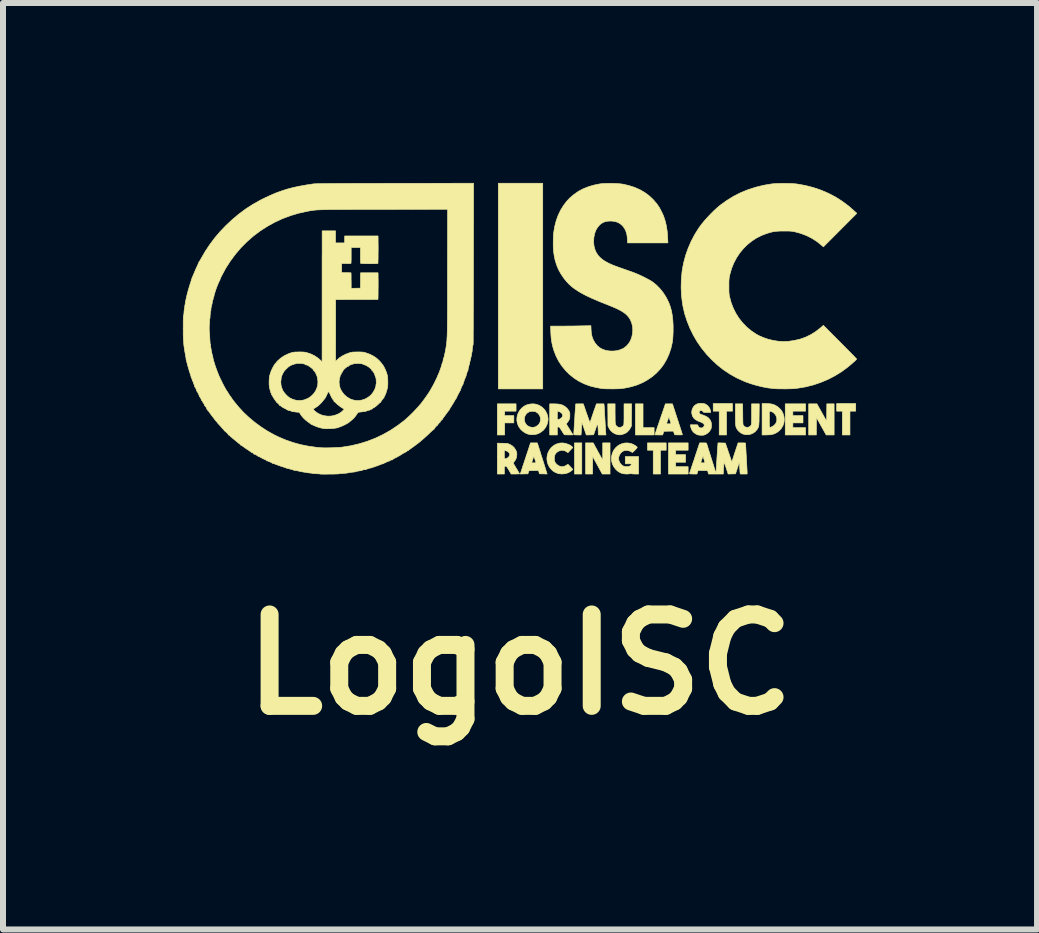
<source format=kicad_pcb>
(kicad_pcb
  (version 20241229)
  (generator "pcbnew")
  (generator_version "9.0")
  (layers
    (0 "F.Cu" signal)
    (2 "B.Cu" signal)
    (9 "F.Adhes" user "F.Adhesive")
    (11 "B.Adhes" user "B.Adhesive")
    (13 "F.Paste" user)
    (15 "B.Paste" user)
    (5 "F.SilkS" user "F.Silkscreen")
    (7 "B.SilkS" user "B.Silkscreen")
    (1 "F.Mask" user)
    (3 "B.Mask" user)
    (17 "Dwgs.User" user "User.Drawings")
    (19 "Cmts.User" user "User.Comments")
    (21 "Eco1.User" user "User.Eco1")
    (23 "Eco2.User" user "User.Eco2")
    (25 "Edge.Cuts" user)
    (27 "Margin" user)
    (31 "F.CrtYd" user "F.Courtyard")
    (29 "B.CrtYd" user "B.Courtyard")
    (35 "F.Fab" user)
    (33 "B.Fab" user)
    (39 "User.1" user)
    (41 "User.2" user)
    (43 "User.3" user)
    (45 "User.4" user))
  (footprint "LogoISC"
    (layer "F.Cu")
    (at 5.618 2.429)
    (property "Reference" "LogoISC" (at 0 5.6 0) (layer "F.SilkS") (effects (font (size 1.524 1.524) (thickness 0.3))))
    (attr through_hole)
    (fp_poly (pts (xy -5.202 1.363) (xy -5.204 1.365) (xy -5.207 1.363) (xy -5.204 1.36) (xy -5.202 1.363)) (stroke (width 0.01) (type solid)) (fill yes) (layer "F.SilkS"))
    (fp_poly (pts (xy -3.561 0.606) (xy -3.564 0.609) (xy -3.567 0.606) (xy -3.564 0.603) (xy -3.561 0.606)) (stroke (width 0.01) (type solid)) (fill yes) (layer "F.SilkS"))
    (fp_poly (pts (xy -2.857 0.627) (xy -2.86 0.63) (xy -2.863 0.627) (xy -2.86 0.624) (xy -2.857 0.627)) (stroke (width 0.01) (type solid)) (fill yes) (layer "F.SilkS"))
    (fp_poly (pts (xy 0.381 1.005) (xy -0.36 1.005) (xy -0.36 -2.424) (xy 0.381 -2.424) (xy 0.381 1.005)) (stroke (width 0.01) (type solid)) (fill yes) (layer "F.SilkS"))
    (fp_poly (pts (xy 1.032 2.424) (xy 0.91 2.424) (xy 0.91 1.905) (xy 1.032 1.905) (xy 1.032 2.424)) (stroke (width 0.01) (type solid)) (fill yes) (layer "F.SilkS"))
    (fp_poly (pts (xy 2.053 1.651) (xy 2.238 1.651) (xy 2.238 1.773) (xy 1.926 1.773) (xy 1.926 1.254) (xy 2.053 1.254) (xy 2.053 1.651)) (stroke (width 0.01) (type solid)) (fill yes) (layer "F.SilkS"))
    (fp_poly (pts (xy 2.439 2.027) (xy 2.344 2.027) (xy 2.344 2.424) (xy 2.223 2.424) (xy 2.223 2.027) (xy 2.127 2.027) (xy 2.127 1.905) (xy 2.439 1.905) (xy 2.439 2.027)) (stroke (width 0.01) (type solid)) (fill yes) (layer "F.SilkS"))
    (fp_poly (pts (xy 3.545 1.376) (xy 3.445 1.376) (xy 3.445 1.773) (xy 3.323 1.773) (xy 3.323 1.376) (xy 3.223 1.376) (xy 3.223 1.249) (xy 3.545 1.249) (xy 3.545 1.376)) (stroke (width 0.01) (type solid)) (fill yes) (layer "F.SilkS"))
    (fp_poly (pts (xy 5.599 1.376) (xy 5.503 1.376) (xy 5.503 1.773) (xy 5.376 1.773) (xy 5.376 1.376) (xy 5.281 1.376) (xy 5.281 1.249) (xy 5.599 1.249) (xy 5.599 1.376)) (stroke (width 0.01) (type solid)) (fill yes) (layer "F.SilkS"))
    (fp_poly (pts (xy -0.064 1.376) (xy -0.254 1.376) (xy -0.254 1.45) (xy -0.101 1.45) (xy -0.101 1.572) (xy -0.254 1.572) (xy -0.254 1.773) (xy -0.376 1.773) (xy -0.376 1.254) (xy -0.064 1.254) (xy -0.064 1.376)) (stroke (width 0.01) (type solid)) (fill yes) (layer "F.SilkS"))
    (fp_poly (pts (xy 2.805 2.027) (xy 2.598 2.027) (xy 2.598 2.101) (xy 2.762 2.101) (xy 2.762 2.228) (xy 2.598 2.228) (xy 2.598 2.302) (xy 2.805 2.302) (xy 2.805 2.424) (xy 2.477 2.424) (xy 2.477 1.905) (xy 2.805 1.905) (xy 2.805 2.027)) (stroke (width 0.01) (type solid)) (fill yes) (layer "F.SilkS"))
    (fp_poly (pts (xy 4.763 1.376) (xy 4.551 1.376) (xy 4.551 1.45) (xy 4.72 1.45) (xy 4.72 1.572) (xy 4.551 1.572) (xy 4.551 1.651) (xy 4.763 1.651) (xy 4.763 1.773) (xy 4.424 1.773) (xy 4.424 1.254) (xy 4.763 1.254) (xy 4.763 1.376)) (stroke (width 0.01) (type solid)) (fill yes) (layer "F.SilkS"))
    (fp_poly (pts (xy 5.114 1.544) (xy 5.117 1.254) (xy 5.239 1.254) (xy 5.239 1.773) (xy 5.107 1.773) (xy 5.026 1.629) (xy 4.945 1.484) (xy 4.944 1.629) (xy 4.942 1.773) (xy 4.815 1.773) (xy 4.815 1.254) (xy 4.952 1.254) (xy 5.114 1.544)) (stroke (width 0.01) (type solid)) (fill yes) (layer "F.SilkS"))
    (fp_poly (pts (xy 1.235 1.927) (xy 1.242 1.94) (xy 1.252 1.96) (xy 1.266 1.984) (xy 1.28 2.011) (xy 1.286 2.021) (xy 1.302 2.052) (xy 1.32 2.084) (xy 1.337 2.114) (xy 1.351 2.139) (xy 1.353 2.143) (xy 1.381 2.193) (xy 1.381 2.049) (xy 1.381 1.905) (xy 1.503 1.905) (xy 1.503 2.424) (xy 1.373 2.424) (xy 1.214 2.133) (xy 1.213 2.278) (xy 1.212 2.424) (xy 1.095 2.424) (xy 1.095 1.905) (xy 1.222 1.905) (xy 1.235 1.927)) (stroke (width 0.01) (type solid)) (fill yes) (layer "F.SilkS"))
    (fp_poly (pts (xy 1.587 1.419) (xy 1.588 1.466) (xy 1.588 1.503) (xy 1.588 1.532) (xy 1.589 1.554) (xy 1.59 1.571) (xy 1.591 1.583) (xy 1.593 1.592) (xy 1.595 1.6) (xy 1.598 1.606) (xy 1.614 1.627) (xy 1.634 1.641) (xy 1.658 1.647) (xy 1.683 1.644) (xy 1.706 1.633) (xy 1.725 1.616) (xy 1.728 1.612) (xy 1.73 1.607) (xy 1.732 1.6) (xy 1.733 1.591) (xy 1.734 1.577) (xy 1.735 1.558) (xy 1.735 1.532) (xy 1.736 1.499) (xy 1.736 1.457) (xy 1.736 1.428) (xy 1.736 1.254) (xy 1.863 1.254) (xy 1.86 1.622) (xy 1.846 1.651) (xy 1.82 1.692) (xy 1.789 1.725) (xy 1.751 1.749) (xy 1.708 1.764) (xy 1.704 1.765) (xy 1.684 1.769) (xy 1.67 1.771) (xy 1.657 1.771) (xy 1.642 1.769) (xy 1.629 1.767) (xy 1.588 1.755) (xy 1.551 1.734) (xy 1.518 1.706) (xy 1.492 1.671) (xy 1.484 1.655) (xy 1.468 1.622) (xy 1.467 1.438) (xy 1.465 1.254) (xy 1.587 1.254) (xy 1.587 1.419)) (stroke (width 0.01) (type solid)) (fill yes) (layer "F.SilkS"))
    (fp_poly (pts (xy 4.094 1.249) (xy 4.14 1.25) (xy 4.178 1.254) (xy 4.211 1.26) (xy 4.24 1.27) (xy 4.259 1.278) (xy 4.303 1.306) (xy 4.34 1.34) (xy 4.37 1.379) (xy 4.391 1.424) (xy 4.404 1.471) (xy 4.408 1.521) (xy 4.402 1.571) (xy 4.4 1.579) (xy 4.383 1.624) (xy 4.357 1.666) (xy 4.324 1.702) (xy 4.285 1.732) (xy 4.241 1.754) (xy 4.194 1.767) (xy 4.191 1.767) (xy 4.171 1.77) (xy 4.144 1.771) (xy 4.115 1.772) (xy 4.097 1.773) (xy 4.038 1.773) (xy 4.038 1.553) (xy 4.159 1.553) (xy 4.159 1.587) (xy 4.16 1.612) (xy 4.162 1.629) (xy 4.165 1.64) (xy 4.169 1.646) (xy 4.176 1.647) (xy 4.184 1.644) (xy 4.196 1.638) (xy 4.204 1.635) (xy 4.236 1.614) (xy 4.261 1.588) (xy 4.277 1.557) (xy 4.284 1.523) (xy 4.282 1.487) (xy 4.278 1.474) (xy 4.263 1.44) (xy 4.24 1.412) (xy 4.211 1.391) (xy 4.178 1.378) (xy 4.176 1.378) (xy 4.159 1.375) (xy 4.159 1.51) (xy 4.159 1.553) (xy 4.038 1.553) (xy 4.038 1.249) (xy 4.094 1.249)) (stroke (width 0.01) (type solid)) (fill yes) (layer "F.SilkS"))
    (fp_poly (pts (xy 0.304 1.946) (xy 0.308 1.961) (xy 0.316 1.984) (xy 0.325 2.014) (xy 0.337 2.05) (xy 0.349 2.091) (xy 0.363 2.134) (xy 0.376 2.175) (xy 0.39 2.219) (xy 0.403 2.261) (xy 0.415 2.3) (xy 0.426 2.334) (xy 0.434 2.361) (xy 0.441 2.382) (xy 0.445 2.393) (xy 0.454 2.424) (xy 0.39 2.422) (xy 0.326 2.421) (xy 0.31 2.365) (xy 0.231 2.367) (xy 0.152 2.368) (xy 0.143 2.394) (xy 0.134 2.421) (xy 0.006 2.424) (xy 0.039 2.325) (xy 0.049 2.293) (xy 0.062 2.254) (xy 0.07 2.232) (xy 0.197 2.232) (xy 0.199 2.235) (xy 0.208 2.238) (xy 0.226 2.238) (xy 0.232 2.238) (xy 0.269 2.238) (xy 0.252 2.185) (xy 0.246 2.164) (xy 0.239 2.146) (xy 0.235 2.135) (xy 0.233 2.133) (xy 0.23 2.137) (xy 0.225 2.15) (xy 0.218 2.168) (xy 0.215 2.179) (xy 0.208 2.2) (xy 0.202 2.218) (xy 0.198 2.229) (xy 0.197 2.232) (xy 0.07 2.232) (xy 0.077 2.209) (xy 0.093 2.162) (xy 0.108 2.114) (xy 0.123 2.069) (xy 0.125 2.065) (xy 0.177 1.905) (xy 0.234 1.905) (xy 0.29 1.905) (xy 0.304 1.946)) (stroke (width 0.01) (type solid)) (fill yes) (layer "F.SilkS"))
    (fp_poly (pts (xy 0.765 1.914) (xy 0.814 1.932) (xy 0.826 1.937) (xy 0.844 1.948) (xy 0.861 1.96) (xy 0.869 1.968) (xy 0.883 1.982) (xy 0.842 2.025) (xy 0.801 2.069) (xy 0.783 2.056) (xy 0.751 2.038) (xy 0.716 2.03) (xy 0.681 2.031) (xy 0.648 2.042) (xy 0.617 2.062) (xy 0.61 2.068) (xy 0.591 2.091) (xy 0.58 2.116) (xy 0.575 2.147) (xy 0.574 2.164) (xy 0.576 2.196) (xy 0.583 2.221) (xy 0.596 2.243) (xy 0.613 2.262) (xy 0.644 2.285) (xy 0.676 2.298) (xy 0.711 2.301) (xy 0.745 2.294) (xy 0.778 2.276) (xy 0.787 2.27) (xy 0.8 2.26) (xy 0.842 2.303) (xy 0.883 2.347) (xy 0.87 2.36) (xy 0.85 2.377) (xy 0.823 2.394) (xy 0.794 2.407) (xy 0.77 2.415) (xy 0.734 2.421) (xy 0.695 2.423) (xy 0.658 2.42) (xy 0.629 2.413) (xy 0.587 2.396) (xy 0.551 2.373) (xy 0.525 2.349) (xy 0.493 2.31) (xy 0.47 2.266) (xy 0.456 2.219) (xy 0.45 2.171) (xy 0.454 2.123) (xy 0.466 2.075) (xy 0.487 2.031) (xy 0.516 1.99) (xy 0.534 1.973) (xy 0.575 1.941) (xy 0.62 1.92) (xy 0.667 1.908) (xy 0.716 1.906) (xy 0.765 1.914)) (stroke (width 0.01) (type solid)) (fill yes) (layer "F.SilkS"))
    (fp_poly (pts (xy 3.716 1.427) (xy 3.716 1.475) (xy 3.717 1.513) (xy 3.717 1.543) (xy 3.718 1.566) (xy 3.719 1.583) (xy 3.72 1.595) (xy 3.722 1.603) (xy 3.724 1.609) (xy 3.727 1.613) (xy 3.728 1.615) (xy 3.748 1.634) (xy 3.773 1.644) (xy 3.789 1.646) (xy 3.817 1.641) (xy 3.839 1.628) (xy 3.853 1.612) (xy 3.855 1.607) (xy 3.858 1.601) (xy 3.859 1.593) (xy 3.861 1.581) (xy 3.862 1.565) (xy 3.862 1.544) (xy 3.863 1.515) (xy 3.863 1.479) (xy 3.863 1.433) (xy 3.863 1.425) (xy 3.863 1.254) (xy 3.991 1.254) (xy 3.989 1.435) (xy 3.988 1.486) (xy 3.988 1.528) (xy 3.987 1.561) (xy 3.985 1.587) (xy 3.984 1.608) (xy 3.981 1.625) (xy 3.977 1.639) (xy 3.973 1.65) (xy 3.967 1.661) (xy 3.96 1.673) (xy 3.955 1.681) (xy 3.927 1.714) (xy 3.893 1.74) (xy 3.854 1.758) (xy 3.812 1.769) (xy 3.769 1.769) (xy 3.756 1.767) (xy 3.712 1.755) (xy 3.674 1.733) (xy 3.641 1.703) (xy 3.627 1.684) (xy 3.618 1.671) (xy 3.611 1.658) (xy 3.606 1.646) (xy 3.601 1.632) (xy 3.598 1.614) (xy 3.596 1.593) (xy 3.594 1.567) (xy 3.594 1.534) (xy 3.593 1.493) (xy 3.593 1.444) (xy 3.593 1.43) (xy 3.593 1.254) (xy 3.714 1.254) (xy 3.716 1.427)) (stroke (width 0.01) (type solid)) (fill yes) (layer "F.SilkS"))
    (fp_poly (pts (xy 0.231 1.255) (xy 0.257 1.258) (xy 0.277 1.262) (xy 0.322 1.279) (xy 0.363 1.304) (xy 0.399 1.336) (xy 0.428 1.374) (xy 0.45 1.416) (xy 0.464 1.461) (xy 0.47 1.508) (xy 0.466 1.547) (xy 0.453 1.597) (xy 0.431 1.643) (xy 0.401 1.683) (xy 0.393 1.692) (xy 0.351 1.726) (xy 0.306 1.751) (xy 0.258 1.765) (xy 0.207 1.769) (xy 0.169 1.767) (xy 0.127 1.756) (xy 0.085 1.737) (xy 0.046 1.71) (xy 0.011 1.677) (xy -0.016 1.639) (xy -0.025 1.623) (xy -0.043 1.577) (xy -0.051 1.529) (xy -0.05 1.503) (xy 0.074 1.503) (xy 0.077 1.538) (xy 0.088 1.571) (xy 0.108 1.602) (xy 0.132 1.622) (xy 0.162 1.637) (xy 0.195 1.645) (xy 0.229 1.645) (xy 0.26 1.637) (xy 0.262 1.636) (xy 0.295 1.615) (xy 0.32 1.589) (xy 0.337 1.557) (xy 0.344 1.52) (xy 0.344 1.511) (xy 0.339 1.474) (xy 0.324 1.44) (xy 0.301 1.412) (xy 0.27 1.39) (xy 0.267 1.389) (xy 0.24 1.38) (xy 0.209 1.378) (xy 0.177 1.381) (xy 0.149 1.39) (xy 0.146 1.392) (xy 0.116 1.412) (xy 0.094 1.439) (xy 0.08 1.47) (xy 0.074 1.503) (xy -0.05 1.503) (xy -0.049 1.482) (xy -0.04 1.437) (xy -0.022 1.395) (xy 0.002 1.356) (xy 0.034 1.322) (xy 0.07 1.293) (xy 0.112 1.272) (xy 0.159 1.259) (xy 0.206 1.254) (xy 0.231 1.255)) (stroke (width 0.01) (type solid)) (fill yes) (layer "F.SilkS"))
    (fp_poly (pts (xy 0.56 1.254) (xy 0.588 1.255) (xy 0.617 1.256) (xy 0.642 1.258) (xy 0.656 1.26) (xy 0.704 1.272) (xy 0.746 1.294) (xy 0.782 1.324) (xy 0.812 1.361) (xy 0.818 1.372) (xy 0.826 1.387) (xy 0.83 1.4) (xy 0.833 1.415) (xy 0.833 1.435) (xy 0.833 1.447) (xy 0.832 1.482) (xy 0.825 1.51) (xy 0.813 1.535) (xy 0.794 1.562) (xy 0.791 1.566) (xy 0.772 1.588) (xy 0.828 1.678) (xy 0.845 1.705) (xy 0.86 1.729) (xy 0.872 1.749) (xy 0.88 1.763) (xy 0.884 1.77) (xy 0.884 1.77) (xy 0.879 1.771) (xy 0.865 1.772) (xy 0.845 1.772) (xy 0.82 1.772) (xy 0.812 1.772) (xy 0.74 1.77) (xy 0.699 1.705) (xy 0.683 1.68) (xy 0.672 1.662) (xy 0.663 1.651) (xy 0.656 1.644) (xy 0.65 1.641) (xy 0.643 1.64) (xy 0.642 1.64) (xy 0.624 1.64) (xy 0.624 1.773) (xy 0.497 1.773) (xy 0.497 1.45) (xy 0.624 1.45) (xy 0.624 1.52) (xy 0.639 1.516) (xy 0.654 1.511) (xy 0.67 1.504) (xy 0.672 1.503) (xy 0.694 1.487) (xy 0.708 1.468) (xy 0.712 1.447) (xy 0.707 1.426) (xy 0.694 1.407) (xy 0.671 1.392) (xy 0.67 1.391) (xy 0.654 1.385) (xy 0.64 1.382) (xy 0.636 1.381) (xy 0.631 1.382) (xy 0.628 1.384) (xy 0.626 1.389) (xy 0.625 1.4) (xy 0.625 1.418) (xy 0.624 1.444) (xy 0.624 1.45) (xy 0.497 1.45) (xy 0.497 1.254) (xy 0.56 1.254)) (stroke (width 0.01) (type solid)) (fill yes) (layer "F.SilkS"))
    (fp_poly (pts (xy 2.549 1.271) (xy 2.552 1.279) (xy 2.557 1.296) (xy 2.565 1.321) (xy 2.576 1.352) (xy 2.587 1.388) (xy 2.6 1.428) (xy 2.614 1.47) (xy 2.628 1.514) (xy 2.643 1.558) (xy 2.656 1.601) (xy 2.67 1.641) (xy 2.682 1.678) (xy 2.692 1.71) (xy 2.696 1.722) (xy 2.702 1.742) (xy 2.707 1.758) (xy 2.709 1.768) (xy 2.709 1.769) (xy 2.704 1.77) (xy 2.691 1.771) (xy 2.671 1.772) (xy 2.646 1.772) (xy 2.645 1.772) (xy 2.581 1.77) (xy 2.57 1.74) (xy 2.56 1.709) (xy 2.48 1.71) (xy 2.401 1.712) (xy 2.38 1.773) (xy 2.318 1.773) (xy 2.294 1.772) (xy 2.273 1.772) (xy 2.259 1.771) (xy 2.253 1.77) (xy 2.254 1.764) (xy 2.258 1.75) (xy 2.264 1.73) (xy 2.273 1.704) (xy 2.283 1.674) (xy 2.284 1.671) (xy 2.294 1.64) (xy 2.307 1.602) (xy 2.315 1.581) (xy 2.446 1.581) (xy 2.448 1.585) (xy 2.457 1.587) (xy 2.475 1.587) (xy 2.481 1.587) (xy 2.5 1.587) (xy 2.513 1.586) (xy 2.519 1.584) (xy 2.519 1.584) (xy 2.517 1.577) (xy 2.513 1.563) (xy 2.507 1.543) (xy 2.501 1.525) (xy 2.484 1.471) (xy 2.466 1.523) (xy 2.458 1.545) (xy 2.452 1.564) (xy 2.447 1.577) (xy 2.446 1.581) (xy 2.315 1.581) (xy 2.322 1.558) (xy 2.338 1.512) (xy 2.354 1.464) (xy 2.37 1.419) (xy 2.372 1.414) (xy 2.426 1.254) (xy 2.485 1.254) (xy 2.543 1.254) (xy 2.549 1.271)) (stroke (width 0.01) (type solid)) (fill yes) (layer "F.SilkS"))
    (fp_poly (pts (xy -0.29 1.911) (xy -0.257 1.912) (xy -0.234 1.913) (xy -0.216 1.914) (xy -0.203 1.916) (xy -0.191 1.92) (xy -0.18 1.925) (xy -0.169 1.929) (xy -0.129 1.953) (xy -0.098 1.981) (xy -0.074 2.016) (xy -0.069 2.025) (xy -0.059 2.046) (xy -0.054 2.064) (xy -0.051 2.083) (xy -0.051 2.101) (xy -0.056 2.144) (xy -0.07 2.183) (xy -0.095 2.219) (xy -0.095 2.219) (xy -0.105 2.231) (xy -0.11 2.242) (xy -0.11 2.245) (xy -0.106 2.251) (xy -0.098 2.265) (xy -0.086 2.285) (xy -0.072 2.309) (xy -0.056 2.335) (xy -0.04 2.362) (xy -0.026 2.385) (xy -0.015 2.404) (xy -0.008 2.417) (xy -0.005 2.421) (xy -0.01 2.422) (xy -0.024 2.423) (xy -0.044 2.423) (xy -0.069 2.424) (xy -0.075 2.424) (xy -0.146 2.424) (xy -0.185 2.357) (xy -0.201 2.331) (xy -0.213 2.313) (xy -0.222 2.301) (xy -0.228 2.295) (xy -0.233 2.293) (xy -0.235 2.294) (xy -0.247 2.296) (xy -0.253 2.297) (xy -0.256 2.3) (xy -0.258 2.309) (xy -0.259 2.327) (xy -0.259 2.354) (xy -0.259 2.36) (xy -0.259 2.424) (xy -0.376 2.424) (xy -0.376 2.1) (xy -0.259 2.1) (xy -0.259 2.128) (xy -0.259 2.148) (xy -0.258 2.16) (xy -0.256 2.166) (xy -0.253 2.169) (xy -0.248 2.169) (xy -0.247 2.169) (xy -0.235 2.167) (xy -0.219 2.162) (xy -0.214 2.16) (xy -0.195 2.147) (xy -0.18 2.13) (xy -0.171 2.111) (xy -0.169 2.101) (xy -0.174 2.08) (xy -0.188 2.062) (xy -0.209 2.046) (xy -0.235 2.036) (xy -0.243 2.034) (xy -0.259 2.031) (xy -0.259 2.1) (xy -0.376 2.1) (xy -0.376 1.91) (xy -0.29 1.911)) (stroke (width 0.01) (type solid)) (fill yes) (layer "F.SilkS"))
    (fp_poly (pts (xy 1.809 1.907) (xy 1.859 1.917) (xy 1.861 1.918) (xy 1.878 1.925) (xy 1.898 1.935) (xy 1.919 1.947) (xy 1.937 1.959) (xy 1.95 1.97) (xy 1.956 1.978) (xy 1.954 1.985) (xy 1.944 1.998) (xy 1.928 2.017) (xy 1.918 2.027) (xy 1.9 2.045) (xy 1.887 2.057) (xy 1.879 2.063) (xy 1.873 2.064) (xy 1.868 2.061) (xy 1.868 2.061) (xy 1.844 2.046) (xy 1.814 2.036) (xy 1.781 2.031) (xy 1.749 2.033) (xy 1.726 2.04) (xy 1.7 2.056) (xy 1.677 2.08) (xy 1.659 2.11) (xy 1.648 2.143) (xy 1.646 2.169) (xy 1.651 2.2) (xy 1.664 2.231) (xy 1.684 2.259) (xy 1.709 2.282) (xy 1.727 2.292) (xy 1.749 2.299) (xy 1.774 2.301) (xy 1.798 2.3) (xy 1.821 2.296) (xy 1.84 2.288) (xy 1.853 2.278) (xy 1.857 2.267) (xy 1.857 2.261) (xy 1.854 2.257) (xy 1.848 2.255) (xy 1.835 2.254) (xy 1.814 2.254) (xy 1.807 2.254) (xy 1.757 2.254) (xy 1.757 2.133) (xy 1.979 2.133) (xy 1.979 2.424) (xy 1.918 2.424) (xy 1.894 2.423) (xy 1.874 2.422) (xy 1.861 2.42) (xy 1.857 2.419) (xy 1.853 2.416) (xy 1.841 2.419) (xy 1.84 2.419) (xy 1.819 2.422) (xy 1.79 2.424) (xy 1.76 2.423) (xy 1.73 2.42) (xy 1.706 2.415) (xy 1.699 2.413) (xy 1.662 2.397) (xy 1.631 2.377) (xy 1.601 2.349) (xy 1.597 2.345) (xy 1.565 2.303) (xy 1.542 2.257) (xy 1.529 2.208) (xy 1.525 2.158) (xy 1.529 2.127) (xy 1.542 2.076) (xy 1.563 2.03) (xy 1.592 1.991) (xy 1.627 1.958) (xy 1.667 1.933) (xy 1.711 1.915) (xy 1.759 1.906) (xy 1.809 1.907)) (stroke (width 0.01) (type solid)) (fill yes) (layer "F.SilkS"))
    (fp_poly (pts (xy 3.062 1.249) (xy 3.087 1.256) (xy 3.091 1.257) (xy 3.123 1.277) (xy 3.149 1.305) (xy 3.168 1.337) (xy 3.178 1.372) (xy 3.178 1.373) (xy 3.182 1.397) (xy 3.121 1.397) (xy 3.094 1.397) (xy 3.076 1.396) (xy 3.065 1.395) (xy 3.059 1.392) (xy 3.057 1.388) (xy 3.056 1.387) (xy 3.048 1.377) (xy 3.035 1.369) (xy 3.019 1.365) (xy 3.017 1.365) (xy 3.002 1.37) (xy 2.992 1.381) (xy 2.989 1.395) (xy 2.992 1.41) (xy 3 1.419) (xy 3.01 1.425) (xy 3.027 1.432) (xy 3.048 1.44) (xy 3.055 1.442) (xy 3.094 1.458) (xy 3.126 1.475) (xy 3.15 1.495) (xy 3.17 1.52) (xy 3.181 1.54) (xy 3.19 1.565) (xy 3.194 1.596) (xy 3.194 1.628) (xy 3.19 1.659) (xy 3.181 1.683) (xy 3.157 1.718) (xy 3.125 1.747) (xy 3.098 1.763) (xy 3.079 1.771) (xy 3.063 1.776) (xy 3.044 1.778) (xy 3.024 1.778) (xy 3.001 1.777) (xy 2.98 1.774) (xy 2.964 1.771) (xy 2.963 1.771) (xy 2.924 1.751) (xy 2.892 1.725) (xy 2.867 1.691) (xy 2.851 1.651) (xy 2.845 1.623) (xy 2.842 1.603) (xy 2.905 1.603) (xy 2.932 1.603) (xy 2.95 1.604) (xy 2.961 1.605) (xy 2.966 1.607) (xy 2.968 1.611) (xy 2.969 1.614) (xy 2.972 1.625) (xy 2.981 1.638) (xy 2.984 1.641) (xy 2.998 1.652) (xy 3.014 1.656) (xy 3.022 1.656) (xy 3.04 1.654) (xy 3.054 1.646) (xy 3.059 1.641) (xy 3.072 1.623) (xy 3.074 1.606) (xy 3.066 1.59) (xy 3.048 1.574) (xy 3.02 1.56) (xy 3.002 1.554) (xy 2.959 1.536) (xy 2.925 1.516) (xy 2.899 1.492) (xy 2.88 1.463) (xy 2.87 1.435) (xy 2.864 1.397) (xy 2.869 1.359) (xy 2.881 1.325) (xy 2.898 1.298) (xy 2.92 1.276) (xy 2.949 1.258) (xy 2.972 1.25) (xy 3 1.246) (xy 3.031 1.246) (xy 3.062 1.249)) (stroke (width 0.01) (type solid)) (fill yes) (layer "F.SilkS"))
    (fp_poly (pts (xy 1.076 1.308) (xy 1.092 1.356) (xy 1.108 1.402) (xy 1.123 1.443) (xy 1.136 1.48) (xy 1.147 1.512) (xy 1.157 1.537) (xy 1.164 1.555) (xy 1.168 1.565) (xy 1.169 1.566) (xy 1.171 1.56) (xy 1.176 1.546) (xy 1.183 1.525) (xy 1.192 1.499) (xy 1.202 1.468) (xy 1.213 1.436) (xy 1.224 1.402) (xy 1.235 1.37) (xy 1.246 1.34) (xy 1.255 1.314) (xy 1.262 1.293) (xy 1.267 1.279) (xy 1.268 1.277) (xy 1.276 1.254) (xy 1.401 1.254) (xy 1.405 1.287) (xy 1.406 1.3) (xy 1.407 1.322) (xy 1.409 1.352) (xy 1.411 1.388) (xy 1.413 1.429) (xy 1.416 1.473) (xy 1.418 1.513) (xy 1.421 1.559) (xy 1.423 1.603) (xy 1.426 1.643) (xy 1.428 1.678) (xy 1.429 1.707) (xy 1.431 1.729) (xy 1.432 1.74) (xy 1.435 1.773) (xy 1.308 1.773) (xy 1.305 1.692) (xy 1.303 1.652) (xy 1.301 1.623) (xy 1.299 1.604) (xy 1.296 1.595) (xy 1.292 1.596) (xy 1.287 1.607) (xy 1.279 1.627) (xy 1.268 1.656) (xy 1.262 1.675) (xy 1.229 1.77) (xy 1.168 1.772) (xy 1.107 1.773) (xy 1.082 1.7) (xy 1.072 1.671) (xy 1.062 1.642) (xy 1.053 1.617) (xy 1.046 1.598) (xy 1.045 1.596) (xy 1.034 1.564) (xy 1.03 1.625) (xy 1.028 1.655) (xy 1.026 1.686) (xy 1.024 1.715) (xy 1.023 1.729) (xy 1.02 1.773) (xy 0.96 1.773) (xy 0.936 1.772) (xy 0.916 1.771) (xy 0.903 1.77) (xy 0.898 1.769) (xy 0.898 1.763) (xy 0.899 1.748) (xy 0.9 1.725) (xy 0.902 1.695) (xy 0.904 1.66) (xy 0.906 1.62) (xy 0.909 1.577) (xy 0.912 1.533) (xy 0.915 1.488) (xy 0.917 1.443) (xy 0.92 1.401) (xy 0.923 1.361) (xy 0.925 1.326) (xy 0.927 1.297) (xy 0.929 1.274) (xy 0.93 1.26) (xy 0.931 1.255) (xy 0.936 1.255) (xy 0.95 1.255) (xy 0.97 1.254) (xy 0.994 1.254) (xy 1.057 1.254) (xy 1.076 1.308)) (stroke (width 0.01) (type solid)) (fill yes) (layer "F.SilkS"))
    (fp_poly (pts (xy 3.364 1.906) (xy 3.426 1.908) (xy 3.44 1.95) (xy 3.446 1.968) (xy 3.455 1.993) (xy 3.466 2.025) (xy 3.477 2.059) (xy 3.49 2.095) (xy 3.494 2.108) (xy 3.533 2.224) (xy 3.585 2.064) (xy 3.638 1.905) (xy 3.7 1.905) (xy 3.729 1.905) (xy 3.748 1.906) (xy 3.758 1.908) (xy 3.762 1.911) (xy 3.762 1.912) (xy 3.763 1.918) (xy 3.764 1.934) (xy 3.765 1.958) (xy 3.767 1.99) (xy 3.769 2.027) (xy 3.771 2.07) (xy 3.774 2.116) (xy 3.776 2.143) (xy 3.778 2.192) (xy 3.781 2.239) (xy 3.783 2.281) (xy 3.785 2.32) (xy 3.787 2.351) (xy 3.788 2.376) (xy 3.789 2.392) (xy 3.789 2.396) (xy 3.789 2.424) (xy 3.674 2.424) (xy 3.671 2.401) (xy 3.669 2.388) (xy 3.668 2.366) (xy 3.666 2.339) (xy 3.664 2.31) (xy 3.664 2.302) (xy 3.66 2.225) (xy 3.595 2.421) (xy 3.472 2.424) (xy 3.439 2.323) (xy 3.405 2.222) (xy 3.402 2.255) (xy 3.4 2.274) (xy 3.398 2.3) (xy 3.396 2.329) (xy 3.395 2.356) (xy 3.391 2.424) (xy 3.145 2.424) (xy 3.137 2.396) (xy 3.13 2.368) (xy 3.05 2.367) (xy 2.971 2.365) (xy 2.961 2.394) (xy 2.952 2.424) (xy 2.888 2.424) (xy 2.86 2.423) (xy 2.842 2.422) (xy 2.831 2.421) (xy 2.827 2.418) (xy 2.827 2.417) (xy 2.829 2.411) (xy 2.834 2.396) (xy 2.842 2.372) (xy 2.852 2.342) (xy 2.864 2.305) (xy 2.878 2.264) (xy 2.888 2.234) (xy 3.016 2.234) (xy 3.021 2.236) (xy 3.034 2.238) (xy 3.051 2.238) (xy 3.068 2.238) (xy 3.081 2.236) (xy 3.085 2.233) (xy 3.084 2.226) (xy 3.079 2.212) (xy 3.073 2.192) (xy 3.068 2.176) (xy 3.052 2.125) (xy 3.034 2.177) (xy 3.027 2.199) (xy 3.021 2.218) (xy 3.017 2.23) (xy 3.016 2.234) (xy 2.888 2.234) (xy 2.894 2.218) (xy 2.91 2.169) (xy 2.913 2.158) (xy 2.997 1.905) (xy 3.054 1.905) (xy 3.079 1.905) (xy 3.096 1.906) (xy 3.106 1.907) (xy 3.111 1.91) (xy 3.114 1.914) (xy 3.114 1.917) (xy 3.117 1.926) (xy 3.122 1.943) (xy 3.131 1.969) (xy 3.141 2.004) (xy 3.155 2.048) (xy 3.172 2.101) (xy 3.191 2.163) (xy 3.214 2.236) (xy 3.226 2.273) (xy 3.237 2.308) (xy 3.246 2.339) (xy 3.254 2.365) (xy 3.26 2.383) (xy 3.263 2.393) (xy 3.263 2.393) (xy 3.266 2.403) (xy 3.268 2.406) (xy 3.269 2.401) (xy 3.27 2.386) (xy 3.272 2.362) (xy 3.274 2.332) (xy 3.277 2.295) (xy 3.279 2.254) (xy 3.282 2.209) (xy 3.283 2.193) (xy 3.286 2.145) (xy 3.289 2.099) (xy 3.292 2.056) (xy 3.294 2.018) (xy 3.297 1.986) (xy 3.298 1.961) (xy 3.3 1.945) (xy 3.3 1.943) (xy 3.303 1.905) (xy 3.364 1.906)) (stroke (width 0.01) (type solid)) (fill yes) (layer "F.SilkS"))
    (fp_poly (pts (xy 4.475 -2.42) (xy 4.526 -2.419) (xy 4.571 -2.416) (xy 4.609 -2.413) (xy 4.62 -2.411) (xy 4.757 -2.387) (xy 4.89 -2.353) (xy 5.018 -2.31) (xy 5.14 -2.258) (xy 5.258 -2.197) (xy 5.37 -2.126) (xy 5.478 -2.046) (xy 5.577 -1.959) (xy 5.617 -1.922) (xy 5.06 -1.363) (xy 5.03 -1.389) (xy 4.951 -1.453) (xy 4.866 -1.507) (xy 4.776 -1.552) (xy 4.681 -1.588) (xy 4.581 -1.615) (xy 4.58 -1.615) (xy 4.56 -1.619) (xy 4.541 -1.622) (xy 4.522 -1.624) (xy 4.501 -1.626) (xy 4.476 -1.627) (xy 4.444 -1.627) (xy 4.404 -1.627) (xy 4.4 -1.627) (xy 4.35 -1.627) (xy 4.307 -1.625) (xy 4.27 -1.622) (xy 4.236 -1.618) (xy 4.203 -1.611) (xy 4.168 -1.602) (xy 4.128 -1.59) (xy 4.118 -1.587) (xy 4.028 -1.553) (xy 3.943 -1.51) (xy 3.864 -1.458) (xy 3.791 -1.399) (xy 3.724 -1.332) (xy 3.664 -1.259) (xy 3.611 -1.179) (xy 3.566 -1.093) (xy 3.529 -1.002) (xy 3.502 -0.907) (xy 3.497 -0.886) (xy 3.493 -0.866) (xy 3.49 -0.848) (xy 3.488 -0.829) (xy 3.486 -0.808) (xy 3.485 -0.783) (xy 3.485 -0.752) (xy 3.485 -0.712) (xy 3.485 -0.704) (xy 3.485 -0.662) (xy 3.485 -0.629) (xy 3.486 -0.602) (xy 3.488 -0.58) (xy 3.49 -0.562) (xy 3.493 -0.544) (xy 3.497 -0.527) (xy 3.523 -0.431) (xy 3.558 -0.34) (xy 3.602 -0.253) (xy 3.654 -0.171) (xy 3.714 -0.096) (xy 3.781 -0.027) (xy 3.855 0.035) (xy 3.935 0.089) (xy 3.987 0.118) (xy 4.061 0.15) (xy 4.14 0.177) (xy 4.223 0.197) (xy 4.306 0.21) (xy 4.389 0.215) (xy 4.467 0.213) (xy 4.477 0.212) (xy 4.577 0.197) (xy 4.672 0.175) (xy 4.762 0.143) (xy 4.847 0.102) (xy 4.928 0.052) (xy 5.006 -0.008) (xy 5.024 -0.023) (xy 5.06 -0.055) (xy 5.337 0.223) (xy 5.382 0.269) (xy 5.425 0.312) (xy 5.464 0.352) (xy 5.501 0.389) (xy 5.533 0.422) (xy 5.561 0.45) (xy 5.583 0.474) (xy 5.6 0.491) (xy 5.611 0.503) (xy 5.614 0.507) (xy 5.611 0.513) (xy 5.6 0.525) (xy 5.583 0.541) (xy 5.562 0.56) (xy 5.538 0.581) (xy 5.512 0.604) (xy 5.485 0.626) (xy 5.462 0.645) (xy 5.36 0.72) (xy 5.251 0.787) (xy 5.137 0.846) (xy 5.018 0.896) (xy 4.895 0.938) (xy 4.769 0.97) (xy 4.64 0.992) (xy 4.569 1) (xy 4.541 1.002) (xy 4.505 1.003) (xy 4.463 1.004) (xy 4.418 1.005) (xy 4.372 1.004) (xy 4.326 1.004) (xy 4.285 1.003) (xy 4.25 1.001) (xy 4.225 0.999) (xy 4.135 0.988) (xy 4.04 0.97) (xy 3.943 0.946) (xy 3.848 0.918) (xy 3.758 0.886) (xy 3.732 0.875) (xy 3.614 0.821) (xy 3.502 0.758) (xy 3.395 0.687) (xy 3.294 0.607) (xy 3.2 0.52) (xy 3.112 0.427) (xy 3.031 0.327) (xy 2.957 0.221) (xy 2.892 0.11) (xy 2.835 -0.006) (xy 2.787 -0.126) (xy 2.747 -0.249) (xy 2.718 -0.376) (xy 2.71 -0.423) (xy 2.694 -0.551) (xy 2.688 -0.682) (xy 2.691 -0.814) (xy 2.703 -0.946) (xy 2.707 -0.979) (xy 2.73 -1.098) (xy 2.762 -1.218) (xy 2.804 -1.337) (xy 2.854 -1.453) (xy 2.912 -1.564) (xy 2.978 -1.67) (xy 2.994 -1.693) (xy 3.033 -1.745) (xy 3.078 -1.8) (xy 3.129 -1.857) (xy 3.182 -1.913) (xy 3.236 -1.967) (xy 3.289 -2.015) (xy 3.339 -2.057) (xy 3.345 -2.062) (xy 3.454 -2.14) (xy 3.567 -2.209) (xy 3.684 -2.268) (xy 3.807 -2.318) (xy 3.935 -2.359) (xy 4.068 -2.391) (xy 4.186 -2.411) (xy 4.221 -2.415) (xy 4.264 -2.418) (xy 4.313 -2.42) (xy 4.366 -2.421) (xy 4.421 -2.421) (xy 4.475 -2.42)) (stroke (width 0.01) (type solid)) (fill yes) (layer "F.SilkS"))
    (fp_poly (pts (xy 1.553 -2.421) (xy 1.604 -2.419) (xy 1.652 -2.416) (xy 1.693 -2.412) (xy 1.717 -2.409) (xy 1.819 -2.385) (xy 1.913 -2.355) (xy 2.001 -2.316) (xy 2.081 -2.27) (xy 2.154 -2.216) (xy 2.22 -2.154) (xy 2.28 -2.085) (xy 2.319 -2.029) (xy 2.33 -2.01) (xy 2.344 -1.984) (xy 2.359 -1.954) (xy 2.375 -1.923) (xy 2.388 -1.894) (xy 2.398 -1.87) (xy 2.4 -1.864) (xy 2.425 -1.787) (xy 2.444 -1.703) (xy 2.457 -1.613) (xy 2.464 -1.519) (xy 2.464 -1.517) (xy 2.468 -1.429) (xy 1.795 -1.429) (xy 1.792 -1.491) (xy 1.787 -1.549) (xy 1.776 -1.598) (xy 1.76 -1.642) (xy 1.738 -1.68) (xy 1.711 -1.715) (xy 1.674 -1.747) (xy 1.633 -1.771) (xy 1.586 -1.786) (xy 1.533 -1.793) (xy 1.511 -1.794) (xy 1.462 -1.791) (xy 1.42 -1.783) (xy 1.384 -1.768) (xy 1.35 -1.747) (xy 1.33 -1.729) (xy 1.295 -1.689) (xy 1.267 -1.641) (xy 1.247 -1.586) (xy 1.234 -1.524) (xy 1.233 -1.514) (xy 1.229 -1.445) (xy 1.235 -1.381) (xy 1.25 -1.322) (xy 1.273 -1.268) (xy 1.306 -1.219) (xy 1.312 -1.212) (xy 1.337 -1.186) (xy 1.365 -1.162) (xy 1.396 -1.138) (xy 1.433 -1.116) (xy 1.475 -1.093) (xy 1.524 -1.07) (xy 1.581 -1.047) (xy 1.646 -1.023) (xy 1.72 -0.997) (xy 1.749 -0.987) (xy 1.786 -0.974) (xy 1.825 -0.96) (xy 1.863 -0.947) (xy 1.896 -0.935) (xy 1.921 -0.925) (xy 1.965 -0.907) (xy 2.011 -0.886) (xy 2.058 -0.864) (xy 2.102 -0.841) (xy 2.144 -0.819) (xy 2.18 -0.799) (xy 2.208 -0.781) (xy 2.214 -0.777) (xy 2.276 -0.727) (xy 2.335 -0.667) (xy 2.388 -0.601) (xy 2.435 -0.528) (xy 2.455 -0.491) (xy 2.485 -0.428) (xy 2.509 -0.362) (xy 2.528 -0.292) (xy 2.541 -0.218) (xy 2.55 -0.138) (xy 2.555 -0.051) (xy 2.555 0.044) (xy 2.553 0.092) (xy 2.551 0.132) (xy 2.549 0.165) (xy 2.546 0.195) (xy 2.542 0.222) (xy 2.541 0.23) (xy 2.518 0.331) (xy 2.486 0.425) (xy 2.446 0.514) (xy 2.398 0.596) (xy 2.342 0.671) (xy 2.277 0.74) (xy 2.205 0.802) (xy 2.125 0.856) (xy 2.046 0.9) (xy 1.954 0.939) (xy 1.856 0.969) (xy 1.752 0.991) (xy 1.687 1) (xy 1.662 1.002) (xy 1.628 1.003) (xy 1.59 1.004) (xy 1.547 1.005) (xy 1.504 1.004) (xy 1.463 1.004) (xy 1.425 1.003) (xy 1.394 1.001) (xy 1.376 1) (xy 1.343 0.995) (xy 1.305 0.988) (xy 1.263 0.98) (xy 1.222 0.97) (xy 1.186 0.961) (xy 1.164 0.955) (xy 1.071 0.92) (xy 0.984 0.877) (xy 0.903 0.825) (xy 0.828 0.765) (xy 0.761 0.698) (xy 0.7 0.624) (xy 0.647 0.544) (xy 0.603 0.458) (xy 0.567 0.366) (xy 0.548 0.302) (xy 0.536 0.249) (xy 0.527 0.2) (xy 0.521 0.151) (xy 0.517 0.097) (xy 0.515 0.054) (xy 0.512 -0.042) (xy 0.694 -0.042) (xy 0.746 -0.042) (xy 0.804 -0.043) (xy 0.863 -0.043) (xy 0.922 -0.044) (xy 0.976 -0.045) (xy 1.024 -0.046) (xy 1.03 -0.046) (xy 1.184 -0.049) (xy 1.187 0.019) (xy 1.19 0.063) (xy 1.195 0.099) (xy 1.203 0.132) (xy 1.214 0.164) (xy 1.225 0.19) (xy 1.255 0.241) (xy 1.291 0.285) (xy 1.333 0.32) (xy 1.382 0.346) (xy 1.437 0.364) (xy 1.497 0.373) (xy 1.559 0.374) (xy 1.622 0.367) (xy 1.679 0.35) (xy 1.73 0.326) (xy 1.774 0.293) (xy 1.811 0.252) (xy 1.841 0.205) (xy 1.863 0.15) (xy 1.877 0.088) (xy 1.879 0.075) (xy 1.882 0.016) (xy 1.877 -0.042) (xy 1.863 -0.097) (xy 1.842 -0.147) (xy 1.824 -0.177) (xy 1.803 -0.204) (xy 1.78 -0.229) (xy 1.754 -0.252) (xy 1.723 -0.274) (xy 1.688 -0.296) (xy 1.647 -0.318) (xy 1.598 -0.341) (xy 1.542 -0.365) (xy 1.476 -0.392) (xy 1.471 -0.394) (xy 1.391 -0.426) (xy 1.32 -0.454) (xy 1.258 -0.481) (xy 1.202 -0.505) (xy 1.152 -0.528) (xy 1.107 -0.549) (xy 1.065 -0.571) (xy 1.027 -0.592) (xy 0.99 -0.613) (xy 0.974 -0.623) (xy 0.917 -0.66) (xy 0.868 -0.697) (xy 0.824 -0.736) (xy 0.784 -0.778) (xy 0.744 -0.826) (xy 0.73 -0.844) (xy 0.683 -0.914) (xy 0.643 -0.986) (xy 0.612 -1.061) (xy 0.587 -1.141) (xy 0.57 -1.227) (xy 0.561 -1.29) (xy 0.558 -1.326) (xy 0.556 -1.368) (xy 0.556 -1.416) (xy 0.556 -1.465) (xy 0.557 -1.514) (xy 0.559 -1.558) (xy 0.562 -1.596) (xy 0.564 -1.606) (xy 0.581 -1.706) (xy 0.606 -1.802) (xy 0.639 -1.892) (xy 0.68 -1.977) (xy 0.728 -2.055) (xy 0.782 -2.125) (xy 0.835 -2.181) (xy 0.905 -2.24) (xy 0.979 -2.291) (xy 1.059 -2.333) (xy 1.145 -2.367) (xy 1.238 -2.394) (xy 1.321 -2.411) (xy 1.356 -2.416) (xy 1.399 -2.419) (xy 1.448 -2.421) (xy 1.5 -2.421) (xy 1.553 -2.421)) (stroke (width 0.01) (type solid)) (fill yes) (layer "F.SilkS"))
    (fp_poly (pts (xy -3.074 -1.429) (xy -2.922 -1.429) (xy -2.922 -1.462) (xy -2.922 -1.485) (xy -2.922 -1.508) (xy -2.922 -1.52) (xy -2.921 -1.545) (xy -2.365 -1.545) (xy -2.365 -1.531) (xy -2.364 -1.5) (xy -2.364 -1.465) (xy -2.364 -1.425) (xy -2.363 -1.383) (xy -2.363 -1.339) (xy -2.363 -1.295) (xy -2.364 -1.252) (xy -2.364 -1.211) (xy -2.364 -1.174) (xy -2.365 -1.142) (xy -2.366 -1.116) (xy -2.366 -1.097) (xy -2.367 -1.087) (xy -2.367 -1.086) (xy -2.375 -1.085) (xy -2.39 -1.084) (xy -2.413 -1.083) (xy -2.441 -1.083) (xy -2.473 -1.082) (xy -2.507 -1.082) (xy -2.54 -1.083) (xy -2.573 -1.083) (xy -2.602 -1.084) (xy -2.627 -1.085) (xy -2.645 -1.086) (xy -2.654 -1.087) (xy -2.655 -1.087) (xy -2.656 -1.094) (xy -2.657 -1.11) (xy -2.658 -1.133) (xy -2.659 -1.162) (xy -2.659 -1.196) (xy -2.659 -1.222) (xy -2.659 -1.352) (xy -2.736 -1.352) (xy -2.813 -1.353) (xy -2.813 -1.221) (xy -2.813 -1.185) (xy -2.813 -1.152) (xy -2.814 -1.124) (xy -2.815 -1.103) (xy -2.816 -1.09) (xy -2.817 -1.086) (xy -2.823 -1.086) (xy -2.839 -1.085) (xy -2.86 -1.084) (xy -2.886 -1.084) (xy -2.897 -1.085) (xy -2.972 -1.085) (xy -2.972 -1.01) (xy -2.971 -0.934) (xy -2.893 -0.933) (xy -2.815 -0.931) (xy -2.815 -0.909) (xy -2.814 -0.897) (xy -2.814 -0.876) (xy -2.814 -0.849) (xy -2.814 -0.817) (xy -2.813 -0.783) (xy -2.813 -0.779) (xy -2.813 -0.672) (xy -2.659 -0.675) (xy -2.658 -0.788) (xy -2.658 -0.823) (xy -2.658 -0.855) (xy -2.658 -0.882) (xy -2.657 -0.902) (xy -2.657 -0.915) (xy -2.657 -0.917) (xy -2.656 -0.931) (xy -2.365 -0.931) (xy -2.365 -0.919) (xy -2.364 -0.904) (xy -2.364 -0.88) (xy -2.364 -0.851) (xy -2.363 -0.816) (xy -2.363 -0.778) (xy -2.363 -0.737) (xy -2.363 -0.695) (xy -2.364 -0.654) (xy -2.364 -0.614) (xy -2.364 -0.577) (xy -2.365 -0.545) (xy -2.365 -0.519) (xy -2.366 -0.499) (xy -2.366 -0.488) (xy -2.367 -0.486) (xy -2.372 -0.486) (xy -2.388 -0.486) (xy -2.412 -0.486) (xy -2.445 -0.486) (xy -2.484 -0.485) (xy -2.53 -0.485) (xy -2.58 -0.485) (xy -2.636 -0.485) (xy -2.694 -0.485) (xy -2.721 -0.485) (xy -3.072 -0.484) (xy -3.072 0.03) (xy -3.073 0.545) (xy -3.051 0.523) (xy -3.007 0.485) (xy -2.954 0.451) (xy -2.896 0.423) (xy -2.843 0.404) (xy -2.825 0.398) (xy -2.809 0.395) (xy -2.793 0.392) (xy -2.774 0.39) (xy -2.75 0.39) (xy -2.719 0.389) (xy -2.707 0.389) (xy -2.672 0.389) (xy -2.645 0.39) (xy -2.624 0.391) (xy -2.607 0.393) (xy -2.591 0.397) (xy -2.575 0.401) (xy -2.505 0.426) (xy -2.443 0.457) (xy -2.387 0.495) (xy -2.338 0.541) (xy -2.31 0.574) (xy -2.287 0.604) (xy -2.27 0.63) (xy -2.256 0.657) (xy -2.242 0.687) (xy -2.236 0.701) (xy -2.224 0.733) (xy -2.215 0.76) (xy -2.209 0.785) (xy -2.205 0.812) (xy -2.203 0.843) (xy -2.202 0.88) (xy -2.202 0.892) (xy -2.202 0.925) (xy -2.203 0.949) (xy -2.204 0.967) (xy -2.205 0.979) (xy -2.208 0.989) (xy -2.208 0.99) (xy -2.211 0.998) (xy -2.215 1.014) (xy -2.221 1.034) (xy -2.223 1.041) (xy -2.229 1.062) (xy -2.234 1.077) (xy -2.238 1.087) (xy -2.239 1.088) (xy -2.243 1.095) (xy -2.244 1.098) (xy -2.246 1.107) (xy -2.253 1.121) (xy -2.257 1.127) (xy -2.264 1.141) (xy -2.267 1.152) (xy -2.267 1.155) (xy -2.266 1.158) (xy -2.269 1.157) (xy -2.275 1.156) (xy -2.275 1.158) (xy -2.279 1.164) (xy -2.287 1.176) (xy -2.299 1.191) (xy -2.299 1.191) (xy -2.31 1.206) (xy -2.317 1.218) (xy -2.319 1.225) (xy -2.319 1.225) (xy -2.319 1.228) (xy -2.32 1.227) (xy -2.325 1.229) (xy -2.336 1.237) (xy -2.35 1.249) (xy -2.354 1.253) (xy -2.37 1.269) (xy -2.385 1.282) (xy -2.394 1.29) (xy -2.396 1.291) (xy -2.422 1.311) (xy -2.442 1.322) (xy -2.449 1.325) (xy -2.457 1.33) (xy -2.457 1.335) (xy -2.457 1.338) (xy -2.459 1.337) (xy -2.467 1.338) (xy -2.474 1.343) (xy -2.482 1.349) (xy -2.485 1.351) (xy -2.492 1.349) (xy -2.499 1.351) (xy -2.5 1.355) (xy -2.499 1.359) (xy -2.502 1.358) (xy -2.509 1.358) (xy -2.523 1.361) (xy -2.538 1.366) (xy -2.556 1.373) (xy -2.57 1.378) (xy -2.577 1.38) (xy -2.589 1.382) (xy -2.609 1.384) (xy -2.631 1.387) (xy -2.654 1.39) (xy -2.672 1.392) (xy -2.682 1.393) (xy -2.695 1.396) (xy -2.704 1.403) (xy -2.711 1.415) (xy -2.72 1.43) (xy -2.729 1.442) (xy -2.731 1.445) (xy -2.739 1.456) (xy -2.748 1.468) (xy -2.769 1.493) (xy -2.797 1.519) (xy -2.813 1.532) (xy -2.827 1.543) (xy -2.837 1.552) (xy -2.842 1.556) (xy -2.851 1.564) (xy -2.868 1.575) (xy -2.891 1.588) (xy -2.917 1.602) (xy -2.945 1.615) (xy -2.971 1.627) (xy -2.994 1.636) (xy -3.012 1.642) (xy -3.015 1.643) (xy -3.027 1.647) (xy -3.032 1.651) (xy -3.032 1.652) (xy -3.035 1.655) (xy -3.036 1.654) (xy -3.043 1.654) (xy -3.057 1.656) (xy -3.076 1.659) (xy -3.08 1.66) (xy -3.099 1.663) (xy -3.124 1.665) (xy -3.152 1.667) (xy -3.182 1.668) (xy -3.21 1.669) (xy -3.235 1.669) (xy -3.255 1.668) (xy -3.267 1.666) (xy -3.268 1.665) (xy -3.28 1.663) (xy -3.287 1.663) (xy -3.296 1.663) (xy -3.3 1.661) (xy -3.307 1.657) (xy -3.312 1.657) (xy -3.323 1.656) (xy -3.334 1.652) (xy -3.349 1.647) (xy -3.367 1.642) (xy -3.37 1.641) (xy -3.385 1.636) (xy -3.405 1.628) (xy -3.428 1.618) (xy -3.431 1.617) (xy -3.45 1.608) (xy -3.465 1.602) (xy -3.474 1.599) (xy -3.475 1.599) (xy -3.481 1.595) (xy -3.481 1.594) (xy -3.487 1.59) (xy -3.499 1.58) (xy -3.516 1.568) (xy -3.526 1.561) (xy -3.575 1.523) (xy -3.615 1.484) (xy -3.628 1.468) (xy -3.638 1.455) (xy -3.647 1.445) (xy -3.649 1.443) (xy -3.654 1.434) (xy -3.662 1.421) (xy -3.666 1.415) (xy -3.673 1.404) (xy -3.68 1.397) (xy -3.69 1.394) (xy -3.707 1.393) (xy -3.708 1.393) (xy -3.731 1.391) (xy -3.754 1.388) (xy -3.764 1.387) (xy -3.78 1.384) (xy -3.792 1.383) (xy -3.795 1.384) (xy -3.799 1.384) (xy -3.799 1.382) (xy -3.804 1.379) (xy -3.816 1.374) (xy -3.831 1.369) (xy -3.846 1.365) (xy -3.858 1.363) (xy -3.862 1.363) (xy -3.868 1.362) (xy -3.868 1.36) (xy -3.873 1.356) (xy -3.884 1.349) (xy -3.897 1.343) (xy -3.446 1.343) (xy -3.443 1.347) (xy -3.442 1.347) (xy -3.436 1.355) (xy -3.434 1.359) (xy -3.43 1.364) (xy -3.419 1.374) (xy -3.404 1.386) (xy -3.386 1.399) (xy -3.368 1.411) (xy -3.36 1.416) (xy -3.31 1.439) (xy -3.256 1.453) (xy -3.199 1.46) (xy -3.143 1.457) (xy -3.118 1.453) (xy -3.063 1.437) (xy -3.014 1.415) (xy -2.972 1.387) (xy -2.938 1.353) (xy -2.936 1.351) (xy -2.93 1.342) (xy -2.932 1.338) (xy -2.938 1.336) (xy -2.951 1.329) (xy -2.97 1.318) (xy -2.993 1.302) (xy -3.016 1.284) (xy -3.039 1.266) (xy -3.058 1.25) (xy -3.064 1.243) (xy -3.079 1.229) (xy -3.09 1.22) (xy -3.097 1.216) (xy -3.098 1.216) (xy -3.1 1.216) (xy -3.099 1.214) (xy -3.1 1.207) (xy -3.106 1.195) (xy -3.114 1.183) (xy -3.123 1.175) (xy -3.127 1.169) (xy -3.134 1.156) (xy -3.143 1.139) (xy -3.153 1.119) (xy -3.162 1.1) (xy -3.17 1.083) (xy -3.175 1.072) (xy -3.176 1.068) (xy -3.179 1.064) (xy -3.181 1.064) (xy -3.184 1.06) (xy -3.183 1.059) (xy -3.182 1.051) (xy -3.185 1.043) (xy -3.19 1.04) (xy -3.192 1.04) (xy -3.195 1.047) (xy -3.194 1.052) (xy -3.193 1.058) (xy -3.194 1.057) (xy -3.198 1.06) (xy -3.204 1.07) (xy -3.212 1.087) (xy -3.216 1.097) (xy -3.225 1.117) (xy -3.233 1.133) (xy -3.239 1.143) (xy -3.241 1.144) (xy -3.244 1.148) (xy -3.243 1.148) (xy -3.242 1.152) (xy -3.246 1.158) (xy -3.253 1.166) (xy -3.264 1.18) (xy -3.278 1.197) (xy -3.285 1.206) (xy -3.302 1.227) (xy -3.32 1.246) (xy -3.336 1.262) (xy -3.34 1.266) (xy -3.355 1.279) (xy -3.369 1.291) (xy -3.376 1.296) (xy -3.386 1.304) (xy -3.392 1.307) (xy -3.392 1.307) (xy -3.399 1.31) (xy -3.403 1.314) (xy -3.412 1.32) (xy -3.426 1.329) (xy -3.43 1.331) (xy -3.442 1.338) (xy -3.446 1.343) (xy -3.897 1.343) (xy -3.901 1.341) (xy -3.904 1.339) (xy -3.932 1.325) (xy -3.952 1.315) (xy -3.962 1.308) (xy -3.963 1.307) (xy -3.975 1.297) (xy -3.988 1.289) (xy -3.998 1.284) (xy -4.002 1.284) (xy -4.006 1.285) (xy -4.005 1.283) (xy -4.006 1.278) (xy -4.013 1.268) (xy -4.024 1.256) (xy -4.036 1.245) (xy -4.047 1.236) (xy -4.054 1.232) (xy -4.055 1.232) (xy -4.057 1.23) (xy -4.056 1.228) (xy -4.056 1.222) (xy -4.057 1.222) (xy -4.063 1.216) (xy -4.073 1.204) (xy -4.085 1.187) (xy -4.098 1.168) (xy -4.11 1.149) (xy -4.12 1.133) (xy -4.124 1.123) (xy -4.131 1.111) (xy -4.137 1.104) (xy -4.14 1.104) (xy -4.143 1.104) (xy -4.142 1.102) (xy -4.141 1.094) (xy -4.144 1.082) (xy -4.149 1.071) (xy -4.154 1.064) (xy -4.155 1.064) (xy -4.158 1.06) (xy -4.157 1.059) (xy -4.156 1.051) (xy -4.16 1.039) (xy -4.167 1.017) (xy -4.172 0.996) (xy -4.175 0.988) (xy -4.176 0.987) (xy -4.178 0.979) (xy -4.177 0.976) (xy -4.176 0.965) (xy -4.178 0.959) (xy -4.18 0.949) (xy -4.181 0.931) (xy -4.181 0.907) (xy -4.181 0.885) (xy -3.987 0.885) (xy -3.987 0.894) (xy -3.985 0.91) (xy -3.984 0.923) (xy -3.982 0.945) (xy -3.975 0.972) (xy -3.965 1.001) (xy -3.954 1.028) (xy -3.947 1.041) (xy -3.93 1.065) (xy -3.908 1.092) (xy -3.883 1.118) (xy -3.857 1.14) (xy -3.835 1.156) (xy -3.783 1.18) (xy -3.73 1.195) (xy -3.676 1.199) (xy -3.622 1.194) (xy -3.582 1.183) (xy -3.529 1.16) (xy -3.482 1.128) (xy -3.442 1.089) (xy -3.41 1.045) (xy -3.386 0.994) (xy -3.373 0.95) (xy -3.37 0.933) (xy -3.369 0.913) (xy -3.368 0.892) (xy -3.368 0.887) (xy -3.015 0.887) (xy -3.014 0.898) (xy -3.012 0.915) (xy -3.011 0.93) (xy -3.01 0.944) (xy -3.007 0.954) (xy -3.007 0.954) (xy -3.003 0.964) (xy -3.002 0.974) (xy -2.995 0.998) (xy -2.981 1.026) (xy -2.962 1.057) (xy -2.94 1.086) (xy -2.922 1.106) (xy -2.878 1.143) (xy -2.829 1.172) (xy -2.778 1.19) (xy -2.725 1.199) (xy -2.67 1.198) (xy -2.615 1.186) (xy -2.614 1.186) (xy -2.574 1.17) (xy -2.534 1.147) (xy -2.499 1.121) (xy -2.49 1.113) (xy -2.474 1.096) (xy -2.459 1.078) (xy -2.446 1.059) (xy -2.436 1.044) (xy -2.432 1.034) (xy -2.432 1.034) (xy -2.43 1.027) (xy -2.428 1.027) (xy -2.424 1.022) (xy -2.419 1.012) (xy -2.416 1.001) (xy -2.416 1) (xy -2.413 0.994) (xy -2.411 0.991) (xy -2.409 0.982) (xy -2.41 0.979) (xy -2.409 0.974) (xy -2.407 0.973) (xy -2.403 0.967) (xy -2.401 0.954) (xy -2.4 0.946) (xy -2.399 0.931) (xy -2.397 0.922) (xy -2.396 0.921) (xy -2.395 0.916) (xy -2.394 0.903) (xy -2.395 0.885) (xy -2.395 0.885) (xy -2.396 0.865) (xy -2.397 0.848) (xy -2.397 0.838) (xy -2.399 0.827) (xy -2.402 0.823) (xy -2.405 0.816) (xy -2.404 0.813) (xy -2.405 0.804) (xy -2.407 0.802) (xy -2.411 0.796) (xy -2.41 0.793) (xy -2.411 0.789) (xy -2.413 0.788) (xy -2.417 0.785) (xy -2.416 0.784) (xy -2.416 0.776) (xy -2.421 0.763) (xy -2.429 0.747) (xy -2.439 0.73) (xy -2.45 0.714) (xy -2.459 0.702) (xy -2.466 0.697) (xy -2.468 0.697) (xy -2.47 0.697) (xy -2.469 0.695) (xy -2.471 0.687) (xy -2.479 0.676) (xy -2.493 0.662) (xy -2.512 0.647) (xy -2.532 0.632) (xy -2.553 0.62) (xy -2.561 0.616) (xy -2.577 0.608) (xy -2.588 0.604) (xy -2.592 0.603) (xy -2.597 0.601) (xy -2.607 0.596) (xy -2.609 0.595) (xy -2.634 0.587) (xy -2.668 0.582) (xy -2.707 0.581) (xy -2.731 0.582) (xy -2.747 0.582) (xy -2.758 0.583) (xy -2.766 0.585) (xy -2.776 0.588) (xy -2.778 0.589) (xy -2.793 0.593) (xy -2.804 0.596) (xy -2.805 0.596) (xy -2.816 0.6) (xy -2.833 0.608) (xy -2.852 0.618) (xy -2.871 0.629) (xy -2.887 0.64) (xy -2.893 0.644) (xy -2.905 0.655) (xy -2.915 0.663) (xy -2.916 0.663) (xy -2.927 0.673) (xy -2.939 0.687) (xy -2.949 0.702) (xy -2.957 0.715) (xy -2.961 0.724) (xy -2.96 0.726) (xy -2.959 0.729) (xy -2.962 0.728) (xy -2.969 0.729) (xy -2.974 0.737) (xy -2.977 0.746) (xy -2.976 0.753) (xy -2.975 0.757) (xy -2.977 0.755) (xy -2.981 0.757) (xy -2.987 0.766) (xy -2.993 0.778) (xy -2.997 0.79) (xy -2.998 0.798) (xy -2.998 0.799) (xy -2.999 0.805) (xy -3.001 0.807) (xy -3.004 0.814) (xy -3.004 0.818) (xy -3.004 0.825) (xy -3.006 0.826) (xy -3.01 0.83) (xy -3.011 0.842) (xy -3.011 0.845) (xy -3.011 0.861) (xy -3.013 0.873) (xy -3.013 0.875) (xy -3.015 0.887) (xy -3.368 0.887) (xy -3.368 0.874) (xy -3.369 0.86) (xy -3.371 0.855) (xy -3.374 0.848) (xy -3.373 0.841) (xy -3.373 0.829) (xy -3.375 0.824) (xy -3.378 0.814) (xy -3.379 0.805) (xy -3.383 0.793) (xy -3.39 0.775) (xy -3.399 0.754) (xy -3.41 0.733) (xy -3.419 0.717) (xy -3.423 0.712) (xy -3.431 0.704) (xy -3.437 0.703) (xy -3.437 0.703) (xy -3.439 0.703) (xy -3.438 0.7) (xy -3.439 0.693) (xy -3.448 0.681) (xy -3.462 0.667) (xy -3.481 0.651) (xy -3.502 0.636) (xy -3.523 0.621) (xy -3.543 0.61) (xy -3.56 0.602) (xy -3.573 0.6) (xy -3.576 0.6) (xy -3.581 0.6) (xy -3.58 0.598) (xy -3.582 0.594) (xy -3.593 0.59) (xy -3.611 0.586) (xy -3.634 0.582) (xy -3.659 0.58) (xy -3.685 0.58) (xy -3.713 0.58) (xy -3.731 0.582) (xy -3.739 0.585) (xy -3.74 0.586) (xy -3.745 0.59) (xy -3.747 0.59) (xy -3.755 0.589) (xy -3.765 0.591) (xy -3.773 0.594) (xy -3.775 0.598) (xy -3.775 0.598) (xy -3.777 0.601) (xy -3.78 0.6) (xy -3.79 0.601) (xy -3.807 0.607) (xy -3.829 0.619) (xy -3.851 0.632) (xy -3.862 0.641) (xy -3.877 0.655) (xy -3.894 0.671) (xy -3.91 0.687) (xy -3.923 0.702) (xy -3.933 0.714) (xy -3.937 0.721) (xy -3.937 0.721) (xy -3.94 0.728) (xy -3.947 0.739) (xy -3.948 0.739) (xy -3.954 0.75) (xy -3.955 0.757) (xy -3.955 0.757) (xy -3.956 0.762) (xy -3.957 0.762) (xy -3.962 0.767) (xy -3.967 0.779) (xy -3.973 0.797) (xy -3.978 0.816) (xy -3.981 0.835) (xy -3.982 0.847) (xy -3.983 0.863) (xy -3.985 0.874) (xy -3.986 0.876) (xy -3.987 0.885) (xy -4.181 0.885) (xy -4.181 0.88) (xy -4.18 0.852) (xy -4.178 0.827) (xy -4.177 0.805) (xy -4.174 0.791) (xy -4.174 0.788) (xy -4.171 0.779) (xy -4.166 0.764) (xy -4.162 0.749) (xy -4.15 0.714) (xy -4.133 0.675) (xy -4.113 0.636) (xy -4.093 0.602) (xy -4.087 0.594) (xy -4.042 0.54) (xy -3.989 0.493) (xy -3.93 0.453) (xy -3.864 0.421) (xy -3.817 0.404) (xy -3.798 0.398) (xy -3.782 0.395) (xy -3.765 0.392) (xy -3.746 0.39) (xy -3.721 0.39) (xy -3.688 0.389) (xy -3.683 0.389) (xy -3.646 0.389) (xy -3.617 0.39) (xy -3.594 0.392) (xy -3.574 0.395) (xy -3.556 0.399) (xy -3.486 0.422) (xy -3.421 0.454) (xy -3.362 0.494) (xy -3.331 0.522) (xy -3.298 0.553) (xy -3.298 -0.518) (xy -3.298 -0.624) (xy -3.298 -0.728) (xy -3.298 -0.828) (xy -3.298 -0.924) (xy -3.298 -1.017) (xy -3.298 -1.104) (xy -3.298 -1.186) (xy -3.297 -1.263) (xy -3.297 -1.333) (xy -3.297 -1.397) (xy -3.297 -1.453) (xy -3.297 -1.502) (xy -3.297 -1.542) (xy -3.297 -1.573) (xy -3.297 -1.595) (xy -3.297 -1.608) (xy -3.297 -1.61) (xy -3.297 -1.63) (xy -3.074 -1.63) (xy -3.074 -1.429)) (stroke (width 0.01) (type solid)) (fill yes) (layer "F.SilkS"))
    (fp_poly (pts (xy -0.775 -1.1) (xy -0.775 -0.982) (xy -0.775 -0.866) (xy -0.775 -0.754) (xy -0.776 -0.645) (xy -0.776 -0.54) (xy -0.776 -0.44) (xy -0.776 -0.344) (xy -0.777 -0.254) (xy -0.777 -0.17) (xy -0.777 -0.092) (xy -0.777 -0.021) (xy -0.778 0.043) (xy -0.778 0.099) (xy -0.778 0.148) (xy -0.778 0.187) (xy -0.778 0.218) (xy -0.779 0.239) (xy -0.779 0.25) (xy -0.779 0.251) (xy -0.78 0.267) (xy -0.783 0.278) (xy -0.784 0.281) (xy -0.786 0.287) (xy -0.789 0.301) (xy -0.791 0.321) (xy -0.794 0.344) (xy -0.795 0.366) (xy -0.796 0.377) (xy -0.797 0.39) (xy -0.8 0.397) (xy -0.801 0.397) (xy -0.804 0.401) (xy -0.803 0.41) (xy -0.803 0.42) (xy -0.806 0.423) (xy -0.809 0.428) (xy -0.809 0.439) (xy -0.809 0.439) (xy -0.808 0.451) (xy -0.809 0.456) (xy -0.81 0.456) (xy -0.812 0.462) (xy -0.815 0.475) (xy -0.82 0.494) (xy -0.825 0.515) (xy -0.83 0.538) (xy -0.835 0.559) (xy -0.838 0.576) (xy -0.839 0.582) (xy -0.842 0.594) (xy -0.843 0.598) (xy -0.849 0.614) (xy -0.854 0.635) (xy -0.859 0.655) (xy -0.863 0.674) (xy -0.865 0.688) (xy -0.865 0.695) (xy -0.864 0.698) (xy -0.865 0.697) (xy -0.868 0.7) (xy -0.874 0.711) (xy -0.88 0.726) (xy -0.886 0.744) (xy -0.891 0.762) (xy -0.895 0.777) (xy -0.897 0.787) (xy -0.896 0.789) (xy -0.898 0.793) (xy -0.9 0.794) (xy -0.904 0.796) (xy -0.903 0.797) (xy -0.903 0.804) (xy -0.904 0.806) (xy -0.908 0.814) (xy -0.914 0.828) (xy -0.921 0.845) (xy -0.927 0.862) (xy -0.932 0.876) (xy -0.933 0.881) (xy -0.937 0.889) (xy -0.941 0.898) (xy -0.945 0.909) (xy -0.944 0.916) (xy -0.945 0.92) (xy -0.947 0.921) (xy -0.951 0.925) (xy -0.95 0.93) (xy -0.949 0.936) (xy -0.951 0.935) (xy -0.954 0.938) (xy -0.96 0.948) (xy -0.968 0.962) (xy -0.975 0.978) (xy -0.981 0.994) (xy -0.985 1.006) (xy -0.986 1.009) (xy -0.989 1.016) (xy -0.991 1.016) (xy -0.994 1.02) (xy -0.992 1.025) (xy -0.991 1.031) (xy -0.992 1.031) (xy -0.996 1.034) (xy -1.002 1.045) (xy -1.011 1.061) (xy -1.022 1.081) (xy -1.033 1.102) (xy -1.043 1.122) (xy -1.051 1.139) (xy -1.057 1.152) (xy -1.058 1.157) (xy -1.061 1.163) (xy -1.062 1.164) (xy -1.067 1.17) (xy -1.075 1.182) (xy -1.082 1.193) (xy -1.11 1.241) (xy -1.142 1.293) (xy -1.153 1.31) (xy -1.164 1.327) (xy -1.172 1.342) (xy -1.176 1.352) (xy -1.177 1.353) (xy -1.178 1.358) (xy -1.179 1.358) (xy -1.183 1.361) (xy -1.191 1.371) (xy -1.203 1.386) (xy -1.216 1.404) (xy -1.233 1.427) (xy -1.25 1.451) (xy -1.266 1.472) (xy -1.273 1.482) (xy -1.284 1.497) (xy -1.291 1.51) (xy -1.292 1.516) (xy -1.292 1.516) (xy -1.292 1.518) (xy -1.295 1.517) (xy -1.302 1.517) (xy -1.305 1.522) (xy -1.312 1.533) (xy -1.322 1.542) (xy -1.33 1.551) (xy -1.331 1.559) (xy -1.331 1.564) (xy -1.333 1.564) (xy -1.338 1.566) (xy -1.347 1.574) (xy -1.357 1.586) (xy -1.366 1.597) (xy -1.371 1.607) (xy -1.372 1.61) (xy -1.373 1.613) (xy -1.375 1.612) (xy -1.38 1.614) (xy -1.39 1.623) (xy -1.402 1.635) (xy -1.413 1.649) (xy -1.423 1.662) (xy -1.429 1.671) (xy -1.43 1.675) (xy -1.43 1.678) (xy -1.431 1.677) (xy -1.436 1.679) (xy -1.447 1.688) (xy -1.463 1.701) (xy -1.482 1.719) (xy -1.497 1.733) (xy -1.522 1.758) (xy -1.55 1.784) (xy -1.577 1.808) (xy -1.6 1.829) (xy -1.606 1.834) (xy -1.627 1.852) (xy -1.646 1.868) (xy -1.661 1.881) (xy -1.67 1.889) (xy -1.679 1.897) (xy -1.696 1.909) (xy -1.717 1.925) (xy -1.741 1.943) (xy -1.754 1.953) (xy -1.778 1.97) (xy -1.798 1.985) (xy -1.814 1.996) (xy -1.823 2.004) (xy -1.826 2.005) (xy -1.832 2.01) (xy -1.843 2.017) (xy -1.844 2.017) (xy -1.854 2.025) (xy -1.859 2.032) (xy -1.859 2.032) (xy -1.86 2.036) (xy -1.863 2.035) (xy -1.869 2.035) (xy -1.878 2.039) (xy -1.885 2.044) (xy -1.886 2.049) (xy -1.886 2.049) (xy -1.888 2.051) (xy -1.89 2.052) (xy -1.897 2.054) (xy -1.911 2.061) (xy -1.929 2.071) (xy -1.949 2.082) (xy -1.969 2.094) (xy -1.986 2.105) (xy -1.999 2.113) (xy -2.004 2.117) (xy -2.014 2.123) (xy -2.027 2.128) (xy -2.038 2.133) (xy -2.043 2.138) (xy -2.043 2.138) (xy -2.046 2.142) (xy -2.047 2.142) (xy -2.053 2.144) (xy -2.066 2.149) (xy -2.081 2.157) (xy -2.096 2.165) (xy -2.108 2.172) (xy -2.112 2.176) (xy -2.118 2.181) (xy -2.119 2.181) (xy -2.129 2.181) (xy -2.13 2.185) (xy -2.129 2.186) (xy -2.129 2.19) (xy -2.131 2.189) (xy -2.139 2.189) (xy -2.151 2.192) (xy -2.163 2.197) (xy -2.173 2.203) (xy -2.177 2.208) (xy -2.177 2.208) (xy -2.177 2.211) (xy -2.18 2.21) (xy -2.188 2.209) (xy -2.199 2.214) (xy -2.211 2.22) (xy -2.219 2.223) (xy -2.229 2.226) (xy -2.234 2.229) (xy -2.242 2.236) (xy -2.245 2.237) (xy -2.263 2.242) (xy -2.271 2.246) (xy -2.272 2.25) (xy -2.272 2.253) (xy -2.275 2.252) (xy -2.282 2.252) (xy -2.296 2.256) (xy -2.314 2.262) (xy -2.336 2.271) (xy -2.352 2.277) (xy -2.363 2.28) (xy -2.367 2.28) (xy -2.369 2.284) (xy -2.369 2.285) (xy -2.372 2.288) (xy -2.382 2.289) (xy -2.383 2.289) (xy -2.395 2.291) (xy -2.401 2.295) (xy -2.401 2.296) (xy -2.407 2.299) (xy -2.411 2.298) (xy -2.417 2.299) (xy -2.418 2.301) (xy -2.422 2.305) (xy -2.426 2.304) (xy -2.433 2.303) (xy -2.434 2.305) (xy -2.439 2.309) (xy -2.449 2.311) (xy -2.46 2.313) (xy -2.465 2.317) (xy -2.469 2.321) (xy -2.471 2.321) (xy -2.478 2.321) (xy -2.491 2.323) (xy -2.509 2.328) (xy -2.527 2.333) (xy -2.542 2.339) (xy -2.553 2.343) (xy -2.555 2.345) (xy -2.56 2.347) (xy -2.567 2.346) (xy -2.575 2.346) (xy -2.577 2.349) (xy -2.58 2.353) (xy -2.582 2.352) (xy -2.59 2.352) (xy -2.603 2.353) (xy -2.618 2.357) (xy -2.631 2.361) (xy -2.64 2.365) (xy -2.641 2.367) (xy -2.644 2.369) (xy -2.645 2.368) (xy -2.652 2.368) (xy -2.666 2.37) (xy -2.685 2.373) (xy -2.704 2.376) (xy -2.722 2.38) (xy -2.736 2.384) (xy -2.741 2.386) (xy -2.748 2.389) (xy -2.757 2.39) (xy -2.769 2.391) (xy -2.788 2.393) (xy -2.811 2.396) (xy -2.833 2.399) (xy -2.853 2.402) (xy -2.868 2.405) (xy -2.873 2.406) (xy -2.879 2.408) (xy -2.886 2.409) (xy -2.899 2.41) (xy -2.917 2.412) (xy -2.943 2.414) (xy -2.961 2.415) (xy -2.984 2.417) (xy -3.006 2.419) (xy -3.023 2.422) (xy -3.024 2.422) (xy -3.034 2.423) (xy -3.053 2.423) (xy -3.078 2.424) (xy -3.107 2.425) (xy -3.141 2.425) (xy -3.175 2.425) (xy -3.21 2.426) (xy -3.244 2.426) (xy -3.274 2.426) (xy -3.299 2.426) (xy -3.318 2.425) (xy -3.329 2.425) (xy -3.331 2.424) (xy -3.334 2.423) (xy -3.343 2.422) (xy -3.357 2.421) (xy -3.379 2.42) (xy -3.41 2.418) (xy -3.445 2.416) (xy -3.459 2.415) (xy -3.469 2.412) (xy -3.47 2.411) (xy -3.479 2.409) (xy -3.491 2.408) (xy -3.5 2.408) (xy -3.515 2.406) (xy -3.537 2.403) (xy -3.566 2.398) (xy -3.604 2.392) (xy -3.622 2.389) (xy -3.639 2.386) (xy -3.652 2.384) (xy -3.654 2.384) (xy -3.667 2.381) (xy -3.672 2.38) (xy -3.688 2.375) (xy -3.708 2.371) (xy -3.729 2.367) (xy -3.747 2.364) (xy -3.762 2.362) (xy -3.768 2.363) (xy -3.772 2.364) (xy -3.771 2.362) (xy -3.773 2.357) (xy -3.784 2.353) (xy -3.785 2.353) (xy -3.799 2.35) (xy -3.818 2.345) (xy -3.84 2.339) (xy -3.842 2.339) (xy -3.862 2.333) (xy -3.878 2.329) (xy -3.889 2.327) (xy -3.889 2.327) (xy -3.898 2.324) (xy -3.9 2.323) (xy -3.906 2.32) (xy -3.919 2.315) (xy -3.938 2.309) (xy -3.942 2.308) (xy -3.967 2.3) (xy -3.995 2.291) (xy -4.022 2.281) (xy -4.049 2.271) (xy -4.071 2.263) (xy -4.086 2.257) (xy -4.092 2.254) (xy -4.102 2.251) (xy -4.107 2.252) (xy -4.111 2.251) (xy -4.112 2.249) (xy -4.115 2.245) (xy -4.121 2.246) (xy -4.127 2.247) (xy -4.126 2.246) (xy -4.129 2.242) (xy -4.139 2.236) (xy -4.154 2.228) (xy -4.172 2.22) (xy -4.189 2.213) (xy -4.205 2.207) (xy -4.216 2.205) (xy -4.219 2.205) (xy -4.222 2.205) (xy -4.221 2.203) (xy -4.223 2.197) (xy -4.234 2.191) (xy -4.243 2.187) (xy -4.259 2.18) (xy -4.28 2.17) (xy -4.304 2.158) (xy -4.312 2.153) (xy -4.332 2.142) (xy -4.348 2.134) (xy -4.358 2.13) (xy -4.361 2.13) (xy -4.366 2.129) (xy -4.366 2.128) (xy -4.372 2.122) (xy -4.384 2.114) (xy -4.399 2.105) (xy -4.414 2.098) (xy -4.425 2.094) (xy -4.43 2.094) (xy -4.434 2.094) (xy -4.433 2.092) (xy -4.435 2.087) (xy -4.444 2.08) (xy -4.455 2.072) (xy -4.467 2.066) (xy -4.475 2.064) (xy -4.475 2.064) (xy -4.481 2.061) (xy -4.481 2.06) (xy -4.487 2.055) (xy -4.499 2.046) (xy -4.517 2.033) (xy -4.539 2.018) (xy -4.551 2.011) (xy -4.574 1.995) (xy -4.594 1.981) (xy -4.609 1.97) (xy -4.618 1.964) (xy -4.62 1.963) (xy -4.629 1.955) (xy -4.641 1.947) (xy -4.652 1.942) (xy -4.659 1.941) (xy -4.659 1.941) (xy -4.661 1.941) (xy -4.66 1.938) (xy -4.661 1.931) (xy -4.668 1.926) (xy -4.684 1.915) (xy -4.705 1.898) (xy -4.706 1.897) (xy -4.73 1.877) (xy -4.755 1.856) (xy -4.77 1.844) (xy -4.786 1.831) (xy -4.8 1.819) (xy -4.804 1.815) (xy -4.814 1.807) (xy -4.822 1.803) (xy -4.822 1.803) (xy -4.825 1.801) (xy -4.824 1.8) (xy -4.825 1.794) (xy -4.833 1.786) (xy -4.843 1.779) (xy -4.852 1.776) (xy -4.855 1.777) (xy -4.857 1.777) (xy -4.856 1.775) (xy -4.858 1.769) (xy -4.866 1.759) (xy -4.879 1.745) (xy -4.893 1.731) (xy -4.907 1.718) (xy -4.919 1.708) (xy -4.928 1.703) (xy -4.93 1.703) (xy -4.931 1.703) (xy -4.93 1.701) (xy -4.931 1.693) (xy -4.936 1.687) (xy -4.943 1.68) (xy -4.956 1.667) (xy -4.971 1.65) (xy -4.979 1.64) (xy -4.997 1.621) (xy -5.013 1.603) (xy -5.027 1.588) (xy -5.031 1.584) (xy -5.041 1.573) (xy -5.047 1.564) (xy -5.048 1.562) (xy -5.052 1.556) (xy -5.058 1.55) (xy -5.063 1.545) (xy -5.068 1.539) (xy -5.075 1.531) (xy -5.085 1.519) (xy -5.098 1.501) (xy -5.116 1.477) (xy -5.117 1.476) (xy -5.131 1.458) (xy -5.143 1.442) (xy -5.151 1.432) (xy -5.154 1.429) (xy -5.158 1.423) (xy -5.166 1.411) (xy -5.173 1.401) (xy -5.182 1.387) (xy -5.189 1.378) (xy -5.192 1.376) (xy -5.196 1.372) (xy -5.196 1.37) (xy -5.199 1.362) (xy -5.206 1.352) (xy -5.214 1.345) (xy -5.22 1.343) (xy -5.22 1.343) (xy -5.222 1.343) (xy -5.221 1.34) (xy -5.221 1.333) (xy -5.227 1.321) (xy -5.235 1.308) (xy -5.244 1.295) (xy -5.252 1.287) (xy -5.257 1.284) (xy -5.257 1.285) (xy -5.259 1.285) (xy -5.258 1.282) (xy -5.258 1.274) (xy -5.264 1.261) (xy -5.269 1.253) (xy -5.28 1.236) (xy -5.289 1.221) (xy -5.291 1.216) (xy -5.298 1.206) (xy -5.303 1.201) (xy -5.303 1.201) (xy -5.306 1.198) (xy -5.305 1.196) (xy -5.305 1.191) (xy -5.307 1.191) (xy -5.312 1.188) (xy -5.312 1.187) (xy -5.313 1.179) (xy -5.319 1.167) (xy -5.326 1.154) (xy -5.333 1.143) (xy -5.339 1.136) (xy -5.341 1.136) (xy -5.344 1.136) (xy -5.343 1.134) (xy -5.343 1.127) (xy -5.348 1.114) (xy -5.355 1.097) (xy -5.364 1.079) (xy -5.373 1.062) (xy -5.381 1.049) (xy -5.387 1.041) (xy -5.389 1.041) (xy -5.391 1.041) (xy -5.39 1.038) (xy -5.39 1.031) (xy -5.394 1.019) (xy -5.4 1.004) (xy -5.408 0.989) (xy -5.414 0.978) (xy -5.42 0.972) (xy -5.421 0.972) (xy -5.423 0.973) (xy -5.422 0.97) (xy -5.422 0.962) (xy -5.426 0.948) (xy -5.43 0.938) (xy -5.437 0.922) (xy -5.442 0.908) (xy -5.443 0.903) (xy -5.447 0.891) (xy -5.452 0.882) (xy -5.456 0.872) (xy -5.457 0.867) (xy -5.46 0.863) (xy -5.461 0.863) (xy -5.465 0.86) (xy -5.464 0.858) (xy -5.464 0.85) (xy -5.467 0.839) (xy -5.472 0.827) (xy -5.477 0.821) (xy -5.478 0.82) (xy -5.481 0.817) (xy -5.48 0.816) (xy -5.481 0.81) (xy -5.484 0.796) (xy -5.49 0.776) (xy -5.497 0.754) (xy -5.504 0.731) (xy -5.512 0.71) (xy -5.512 0.709) (xy -5.516 0.697) (xy -5.516 0.693) (xy -5.519 0.683) (xy -5.523 0.667) (xy -5.528 0.65) (xy -5.533 0.636) (xy -5.534 0.635) (xy -5.536 0.624) (xy -5.536 0.621) (xy -5.539 0.613) (xy -5.54 0.611) (xy -5.543 0.604) (xy -5.542 0.601) (xy -5.543 0.593) (xy -5.545 0.59) (xy -5.548 0.583) (xy -5.548 0.58) (xy -5.548 0.571) (xy -5.55 0.569) (xy -5.554 0.562) (xy -5.553 0.559) (xy -5.554 0.55) (xy -5.556 0.548) (xy -5.559 0.541) (xy -5.558 0.537) (xy -5.559 0.529) (xy -5.561 0.527) (xy -5.565 0.521) (xy -5.565 0.519) (xy -5.565 0.513) (xy -5.566 0.498) (xy -5.57 0.477) (xy -5.574 0.452) (xy -5.575 0.447) (xy -5.58 0.419) (xy -5.585 0.392) (xy -5.589 0.37) (xy -5.591 0.355) (xy -5.591 0.355) (xy -5.593 0.337) (xy -5.596 0.321) (xy -5.596 0.318) (xy -5.598 0.311) (xy -5.599 0.304) (xy -5.6 0.295) (xy -5.602 0.28) (xy -5.604 0.259) (xy -5.606 0.233) (xy -5.608 0.205) (xy -5.61 0.18) (xy -5.611 0.157) (xy -5.612 0.132) (xy -5.613 0.105) (xy -5.613 0.073) (xy -5.613 0.034) (xy -5.613 -0.005) (xy -5.613 -0.01) (xy -5.18 -0.01) (xy -5.18 -0.003) (xy -5.179 0.023) (xy -5.178 0.045) (xy -5.177 0.061) (xy -5.176 0.068) (xy -5.176 0.069) (xy -5.174 0.074) (xy -5.173 0.087) (xy -5.172 0.106) (xy -5.172 0.115) (xy -5.171 0.141) (xy -5.17 0.168) (xy -5.168 0.19) (xy -5.168 0.193) (xy -5.167 0.214) (xy -5.165 0.233) (xy -5.165 0.242) (xy -5.164 0.254) (xy -5.161 0.259) (xy -5.16 0.259) (xy -5.157 0.264) (xy -5.157 0.274) (xy -5.157 0.284) (xy -5.155 0.301) (xy -5.152 0.324) (xy -5.147 0.349) (xy -5.143 0.374) (xy -5.138 0.398) (xy -5.134 0.418) (xy -5.13 0.432) (xy -5.128 0.438) (xy -5.128 0.438) (xy -5.125 0.444) (xy -5.126 0.45) (xy -5.126 0.458) (xy -5.123 0.46) (xy -5.119 0.464) (xy -5.12 0.466) (xy -5.12 0.474) (xy -5.117 0.491) (xy -5.111 0.515) (xy -5.103 0.545) (xy -5.092 0.58) (xy -5.08 0.619) (xy -5.066 0.659) (xy -5.051 0.7) (xy -5.042 0.724) (xy -5.029 0.756) (xy -5.014 0.793) (xy -4.996 0.832) (xy -4.976 0.872) (xy -4.957 0.912) (xy -4.937 0.95) (xy -4.918 0.985) (xy -4.901 1.015) (xy -4.887 1.039) (xy -4.875 1.055) (xy -4.873 1.058) (xy -4.866 1.066) (xy -4.866 1.069) (xy -4.865 1.073) (xy -4.859 1.083) (xy -4.85 1.096) (xy -4.84 1.111) (xy -4.831 1.124) (xy -4.823 1.134) (xy -4.82 1.137) (xy -4.815 1.143) (xy -4.815 1.144) (xy -4.812 1.15) (xy -4.803 1.164) (xy -4.789 1.183) (xy -4.772 1.206) (xy -4.751 1.232) (xy -4.729 1.259) (xy -4.707 1.286) (xy -4.686 1.311) (xy -4.606 1.398) (xy -4.516 1.482) (xy -4.42 1.562) (xy -4.318 1.637) (xy -4.212 1.706) (xy -4.105 1.766) (xy -4.024 1.806) (xy -3.903 1.857) (xy -3.782 1.899) (xy -3.659 1.933) (xy -3.531 1.959) (xy -3.398 1.978) (xy -3.31 1.986) (xy -3.287 1.987) (xy -3.256 1.988) (xy -3.219 1.988) (xy -3.177 1.987) (xy -3.134 1.986) (xy -3.091 1.984) (xy -3.05 1.982) (xy -3.014 1.98) (xy -2.984 1.978) (xy -2.971 1.977) (xy -2.825 1.954) (xy -2.683 1.921) (xy -2.545 1.879) (xy -2.411 1.827) (xy -2.281 1.765) (xy -2.155 1.694) (xy -2.033 1.612) (xy -1.926 1.531) (xy -1.894 1.503) (xy -1.858 1.47) (xy -1.818 1.432) (xy -1.777 1.391) (xy -1.738 1.35) (xy -1.701 1.31) (xy -1.669 1.273) (xy -1.65 1.251) (xy -1.615 1.205) (xy -1.579 1.156) (xy -1.544 1.106) (xy -1.512 1.058) (xy -1.486 1.015) (xy -1.482 1.008) (xy -1.467 0.981) (xy -1.45 0.951) (xy -1.433 0.919) (xy -1.417 0.887) (xy -1.402 0.856) (xy -1.389 0.829) (xy -1.378 0.806) (xy -1.371 0.79) (xy -1.369 0.783) (xy -1.366 0.774) (xy -1.365 0.773) (xy -1.361 0.766) (xy -1.355 0.752) (xy -1.347 0.733) (xy -1.338 0.71) (xy -1.329 0.685) (xy -1.321 0.661) (xy -1.313 0.64) (xy -1.308 0.622) (xy -1.305 0.611) (xy -1.305 0.609) (xy -1.305 0.605) (xy -1.302 0.601) (xy -1.298 0.592) (xy -1.299 0.588) (xy -1.299 0.583) (xy -1.297 0.582) (xy -1.294 0.577) (xy -1.289 0.566) (xy -1.284 0.55) (xy -1.281 0.534) (xy -1.278 0.52) (xy -1.278 0.512) (xy -1.279 0.512) (xy -1.277 0.508) (xy -1.275 0.508) (xy -1.271 0.504) (xy -1.272 0.497) (xy -1.272 0.489) (xy -1.27 0.487) (xy -1.267 0.482) (xy -1.263 0.47) (xy -1.259 0.453) (xy -1.257 0.437) (xy -1.254 0.423) (xy -1.252 0.418) (xy -1.249 0.408) (xy -1.245 0.389) (xy -1.241 0.363) (xy -1.235 0.334) (xy -1.23 0.302) (xy -1.225 0.269) (xy -1.225 0.265) (xy -1.223 0.249) (xy -1.221 0.233) (xy -1.219 0.215) (xy -1.217 0.196) (xy -1.216 0.175) (xy -1.215 0.151) (xy -1.213 0.124) (xy -1.212 0.093) (xy -1.211 0.059) (xy -1.21 0.02) (xy -1.21 -0.024) (xy -1.209 -0.073) (xy -1.209 -0.129) (xy -1.208 -0.19) (xy -1.208 -0.258) (xy -1.207 -0.334) (xy -1.207 -0.417) (xy -1.207 -0.509) (xy -1.207 -0.609) (xy -1.207 -0.719) (xy -1.207 -0.838) (xy -1.207 -0.967) (xy -1.207 -0.98) (xy -1.206 -1.99) (xy -2.266 -1.988) (xy -2.394 -1.988) (xy -2.511 -1.988) (xy -2.618 -1.988) (xy -2.717 -1.988) (xy -2.807 -1.987) (xy -2.888 -1.987) (xy -2.962 -1.987) (xy -3.029 -1.986) (xy -3.089 -1.986) (xy -3.143 -1.985) (xy -3.191 -1.985) (xy -3.233 -1.984) (xy -3.271 -1.983) (xy -3.305 -1.982) (xy -3.335 -1.981) (xy -3.361 -1.98) (xy -3.384 -1.979) (xy -3.405 -1.977) (xy -3.424 -1.975) (xy -3.442 -1.973) (xy -3.459 -1.971) (xy -3.475 -1.968) (xy -3.491 -1.966) (xy -3.508 -1.963) (xy -3.526 -1.959) (xy -3.545 -1.956) (xy -3.55 -1.955) (xy -3.69 -1.924) (xy -3.827 -1.883) (xy -3.96 -1.833) (xy -4.089 -1.773) (xy -4.212 -1.705) (xy -4.33 -1.629) (xy -4.443 -1.544) (xy -4.549 -1.451) (xy -4.649 -1.351) (xy -4.741 -1.243) (xy -4.826 -1.129) (xy -4.904 -1.008) (xy -4.972 -0.881) (xy -4.975 -0.876) (xy -4.986 -0.852) (xy -4.995 -0.831) (xy -5.001 -0.815) (xy -5.004 -0.806) (xy -5.003 -0.806) (xy -5.003 -0.801) (xy -5.005 -0.801) (xy -5.009 -0.798) (xy -5.015 -0.786) (xy -5.023 -0.767) (xy -5.033 -0.744) (xy -5.044 -0.718) (xy -5.055 -0.69) (xy -5.065 -0.662) (xy -5.074 -0.637) (xy -5.075 -0.632) (xy -5.082 -0.61) (xy -5.089 -0.588) (xy -5.094 -0.572) (xy -5.098 -0.558) (xy -5.099 -0.547) (xy -5.098 -0.545) (xy -5.099 -0.54) (xy -5.1 -0.54) (xy -5.104 -0.535) (xy -5.108 -0.523) (xy -5.112 -0.508) (xy -5.114 -0.493) (xy -5.114 -0.489) (xy -5.118 -0.482) (xy -5.118 -0.481) (xy -5.121 -0.475) (xy -5.124 -0.462) (xy -5.124 -0.46) (xy -5.127 -0.445) (xy -5.13 -0.433) (xy -5.13 -0.433) (xy -5.132 -0.42) (xy -5.131 -0.415) (xy -5.13 -0.41) (xy -5.134 -0.411) (xy -5.138 -0.41) (xy -5.137 -0.399) (xy -5.137 -0.398) (xy -5.137 -0.387) (xy -5.138 -0.384) (xy -5.138 -0.384) (xy -5.141 -0.38) (xy -5.144 -0.369) (xy -5.147 -0.353) (xy -5.15 -0.336) (xy -5.152 -0.319) (xy -5.152 -0.307) (xy -5.151 -0.302) (xy -5.152 -0.297) (xy -5.154 -0.296) (xy -5.158 -0.292) (xy -5.16 -0.28) (xy -5.16 -0.279) (xy -5.16 -0.263) (xy -5.162 -0.243) (xy -5.163 -0.238) (xy -5.165 -0.218) (xy -5.166 -0.195) (xy -5.166 -0.187) (xy -5.168 -0.171) (xy -5.17 -0.161) (xy -5.171 -0.159) (xy -5.173 -0.154) (xy -5.174 -0.141) (xy -5.174 -0.122) (xy -5.174 -0.116) (xy -5.174 -0.097) (xy -5.174 -0.082) (xy -5.176 -0.075) (xy -5.176 -0.074) (xy -5.178 -0.069) (xy -5.179 -0.055) (xy -5.179 -0.035) (xy -5.18 -0.01) (xy -5.613 -0.01) (xy -5.613 -0.058) (xy -5.613 -0.1) (xy -5.613 -0.135) (xy -5.612 -0.161) (xy -5.612 -0.181) (xy -5.612 -0.195) (xy -5.611 -0.204) (xy -5.61 -0.209) (xy -5.609 -0.211) (xy -5.609 -0.212) (xy -5.607 -0.217) (xy -5.605 -0.23) (xy -5.602 -0.249) (xy -5.601 -0.261) (xy -5.599 -0.291) (xy -5.596 -0.313) (xy -5.594 -0.331) (xy -5.592 -0.346) (xy -5.589 -0.363) (xy -5.588 -0.37) (xy -5.585 -0.391) (xy -5.581 -0.41) (xy -5.58 -0.418) (xy -5.573 -0.461) (xy -5.562 -0.511) (xy -5.549 -0.568) (xy -5.533 -0.628) (xy -5.515 -0.69) (xy -5.497 -0.749) (xy -5.487 -0.777) (xy -5.48 -0.802) (xy -5.474 -0.822) (xy -5.47 -0.835) (xy -5.469 -0.839) (xy -5.466 -0.846) (xy -5.466 -0.847) (xy -5.463 -0.852) (xy -5.457 -0.866) (xy -5.449 -0.885) (xy -5.439 -0.909) (xy -5.437 -0.913) (xy -5.424 -0.944) (xy -5.409 -0.98) (xy -5.393 -1.016) (xy -5.381 -1.041) (xy -5.37 -1.065) (xy -5.362 -1.085) (xy -5.356 -1.099) (xy -5.354 -1.106) (xy -5.354 -1.106) (xy -5.354 -1.108) (xy -5.352 -1.11) (xy -5.347 -1.116) (xy -5.338 -1.129) (xy -5.327 -1.147) (xy -5.319 -1.162) (xy -5.246 -1.288) (xy -5.168 -1.405) (xy -5.085 -1.516) (xy -4.995 -1.621) (xy -4.908 -1.712) (xy -4.799 -1.815) (xy -4.688 -1.908) (xy -4.573 -1.994) (xy -4.452 -2.072) (xy -4.324 -2.144) (xy -4.257 -2.177) (xy -4.161 -2.222) (xy -4.067 -2.262) (xy -3.973 -2.296) (xy -3.877 -2.327) (xy -3.777 -2.353) (xy -3.673 -2.375) (xy -3.562 -2.395) (xy -3.442 -2.413) (xy -3.432 -2.414) (xy -3.423 -2.415) (xy -3.407 -2.415) (xy -3.385 -2.416) (xy -3.357 -2.417) (xy -3.321 -2.417) (xy -3.277 -2.418) (xy -3.226 -2.418) (xy -3.167 -2.419) (xy -3.1 -2.419) (xy -3.024 -2.42) (xy -2.94 -2.42) (xy -2.847 -2.42) (xy -2.745 -2.421) (xy -2.634 -2.421) (xy -2.513 -2.421) (xy -2.382 -2.421) (xy -2.241 -2.422) (xy -2.089 -2.422) (xy -2.078 -2.422) (xy -0.772 -2.424) (xy -0.775 -1.1)) (stroke (width 0.01) (type solid)) (fill yes) (layer "F.SilkS")))
  (gr_rect
    (start -3 -3)
    (end 14.24 12.447)
    (stroke (width 0.1) (type default))
    (fill no)
    (layer "Edge.Cuts")))
</source>
